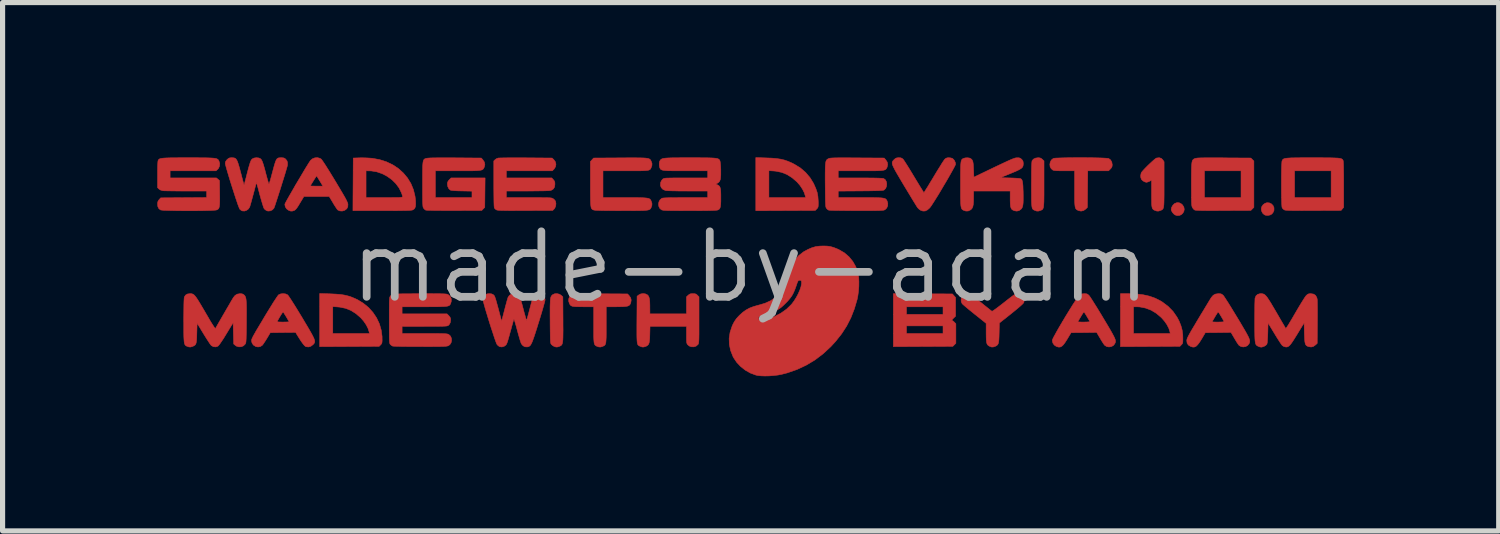
<source format=kicad_pcb>
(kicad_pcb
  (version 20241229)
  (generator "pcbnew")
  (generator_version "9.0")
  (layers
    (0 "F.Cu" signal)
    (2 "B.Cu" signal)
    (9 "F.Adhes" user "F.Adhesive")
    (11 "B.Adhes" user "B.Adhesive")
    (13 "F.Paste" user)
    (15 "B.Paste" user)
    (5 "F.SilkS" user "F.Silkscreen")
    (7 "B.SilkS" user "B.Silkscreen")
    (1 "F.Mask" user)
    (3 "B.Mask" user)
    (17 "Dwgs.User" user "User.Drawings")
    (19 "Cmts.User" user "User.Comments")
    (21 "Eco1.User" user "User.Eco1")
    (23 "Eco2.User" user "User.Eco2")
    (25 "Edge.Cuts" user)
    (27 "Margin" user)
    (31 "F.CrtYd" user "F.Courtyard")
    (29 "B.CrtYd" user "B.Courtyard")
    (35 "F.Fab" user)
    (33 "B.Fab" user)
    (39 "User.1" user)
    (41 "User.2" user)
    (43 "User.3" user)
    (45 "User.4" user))
  (footprint "made-by-adam"
    (layer "F.Cu")
    (at 11.498 2.125)
    (property "Reference" "made-by-adam" (at 0 0 0) (layer "F.Fab") (effects (font (size 1.27 1.27) (thickness 0.15))))
    (attr through_hole)
    (fp_poly (pts (xy 8.317 -1.243) (xy 8.36 -1.22) (xy 8.379 -1.202) (xy 8.405 -1.161) (xy 8.413 -1.118) (xy 8.406 -1.077) (xy 8.385 -1.041) (xy 8.355 -1.013) (xy 8.316 -0.997) (xy 8.273 -0.996) (xy 8.234 -1.008) (xy 8.209 -1.028) (xy 8.184 -1.057) (xy 8.166 -1.089) (xy 8.16 -1.113) (xy 8.168 -1.154) (xy 8.191 -1.194) (xy 8.221 -1.225) (xy 8.225 -1.228) (xy 8.271 -1.246) (xy 8.317 -1.243)) (stroke (width 0.01) (type solid)) (fill yes) (layer "F.Cu"))
    (fp_poly (pts (xy 10.064 -1.241) (xy 10.105 -1.221) (xy 10.136 -1.188) (xy 10.153 -1.147) (xy 10.153 -1.101) (xy 10.151 -1.09) (xy 10.136 -1.057) (xy 10.114 -1.029) (xy 10.113 -1.027) (xy 10.078 -1.007) (xy 10.034 -0.998) (xy 9.99 -1.002) (xy 9.967 -1.011) (xy 9.934 -1.041) (xy 9.912 -1.084) (xy 9.906 -1.127) (xy 9.916 -1.168) (xy 9.942 -1.205) (xy 9.978 -1.232) (xy 10.017 -1.245) (xy 10.064 -1.241)) (stroke (width 0.01) (type solid)) (fill yes) (layer "F.Cu"))
    (fp_poly (pts (xy 3.345 0.521) (xy 3.918 0.524) (xy 3.948 0.558) (xy 3.979 0.593) (xy 3.979 0.956) (xy 3.937 0.996) (xy 3.916 1.018) (xy 3.906 1.033) (xy 3.908 1.037) (xy 3.924 1.044) (xy 3.946 1.062) (xy 3.954 1.07) (xy 3.985 1.102) (xy 3.985 1.481) (xy 3.955 1.511) (xy 3.926 1.54) (xy 2.773 1.546) (xy 2.773 1.143) (xy 3.027 1.143) (xy 3.027 1.291) (xy 3.736 1.291) (xy 3.736 1.143) (xy 3.027 1.143) (xy 2.773 1.143) (xy 2.773 0.773) (xy 3.027 0.773) (xy 3.027 0.921) (xy 3.736 0.921) (xy 3.736 0.773) (xy 3.027 0.773) (xy 2.773 0.773) (xy 2.773 0.518) (xy 3.345 0.521)) (stroke (width 0.01) (type solid)) (fill yes) (layer "F.Cu"))
    (fp_poly (pts (xy 7.332 0.519) (xy 7.482 0.524) (xy 7.616 0.54) (xy 7.737 0.567) (xy 7.848 0.606) (xy 7.951 0.658) (xy 7.99 0.682) (xy 8.101 0.766) (xy 8.195 0.862) (xy 8.271 0.971) (xy 8.313 1.049) (xy 8.349 1.14) (xy 8.372 1.224) (xy 8.384 1.313) (xy 8.386 1.373) (xy 8.386 1.422) (xy 8.385 1.455) (xy 8.382 1.476) (xy 8.374 1.492) (xy 8.363 1.505) (xy 8.358 1.51) (xy 8.329 1.54) (xy 7.176 1.546) (xy 7.176 1.291) (xy 7.429 1.291) (xy 8.141 1.291) (xy 8.135 1.257) (xy 8.114 1.191) (xy 8.077 1.119) (xy 8.027 1.048) (xy 7.966 0.979) (xy 7.965 0.979) (xy 7.872 0.9) (xy 7.771 0.839) (xy 7.663 0.798) (xy 7.552 0.776) (xy 7.49 0.773) (xy 7.429 0.773) (xy 7.429 1.291) (xy 7.176 1.291) (xy 7.176 0.519) (xy 7.332 0.519)) (stroke (width 0.01) (type solid)) (fill yes) (layer "F.Cu"))
    (fp_poly (pts (xy -8.147 0.522) (xy -8.04 0.527) (xy -7.949 0.534) (xy -7.871 0.546) (xy -7.8 0.563) (xy -7.732 0.585) (xy -7.663 0.614) (xy -7.613 0.638) (xy -7.502 0.706) (xy -7.402 0.788) (xy -7.317 0.883) (xy -7.246 0.989) (xy -7.192 1.104) (xy -7.157 1.224) (xy -7.14 1.349) (xy -7.14 1.378) (xy -7.139 1.426) (xy -7.141 1.458) (xy -7.145 1.479) (xy -7.153 1.494) (xy -7.165 1.508) (xy -7.168 1.51) (xy -7.197 1.54) (xy -8.35 1.546) (xy -8.35 1.291) (xy -8.096 1.291) (xy -7.385 1.291) (xy -7.392 1.257) (xy -7.413 1.191) (xy -7.449 1.121) (xy -7.498 1.05) (xy -7.555 0.985) (xy -7.556 0.984) (xy -7.649 0.904) (xy -7.745 0.844) (xy -7.847 0.803) (xy -7.957 0.78) (xy -8.002 0.776) (xy -8.096 0.769) (xy -8.096 1.291) (xy -8.35 1.291) (xy -8.35 0.516) (xy -8.147 0.522)) (stroke (width 0.01) (type solid)) (fill yes) (layer "F.Cu"))
    (fp_poly (pts (xy 0.31 -2.113) (xy 0.417 -2.109) (xy 0.509 -2.101) (xy 0.588 -2.089) (xy 0.66 -2.072) (xy 0.729 -2.048) (xy 0.799 -2.018) (xy 0.856 -1.989) (xy 0.971 -1.918) (xy 1.071 -1.832) (xy 1.157 -1.731) (xy 1.227 -1.617) (xy 1.233 -1.603) (xy 1.27 -1.519) (xy 1.296 -1.443) (xy 1.31 -1.367) (xy 1.316 -1.284) (xy 1.317 -1.262) (xy 1.317 -1.213) (xy 1.316 -1.18) (xy 1.312 -1.159) (xy 1.305 -1.144) (xy 1.293 -1.13) (xy 1.288 -1.125) (xy 1.259 -1.095) (xy 0.106 -1.09) (xy 0.106 -1.344) (xy 0.36 -1.344) (xy 1.072 -1.344) (xy 1.065 -1.378) (xy 1.045 -1.441) (xy 1.01 -1.51) (xy 0.964 -1.579) (xy 0.909 -1.643) (xy 0.901 -1.651) (xy 0.807 -1.731) (xy 0.71 -1.792) (xy 0.607 -1.833) (xy 0.497 -1.856) (xy 0.454 -1.86) (xy 0.36 -1.866) (xy 0.36 -1.344) (xy 0.106 -1.344) (xy 0.106 -2.12) (xy 0.31 -2.113)) (stroke (width 0.01) (type solid)) (fill yes) (layer "F.Cu"))
    (fp_poly (pts (xy 5.618 -2.113) (xy 5.647 -2.098) (xy 5.661 -2.086) (xy 5.694 -2.055) (xy 5.694 -1.607) (xy 5.694 -1.493) (xy 5.694 -1.399) (xy 5.693 -1.322) (xy 5.692 -1.26) (xy 5.689 -1.212) (xy 5.686 -1.176) (xy 5.681 -1.149) (xy 5.674 -1.13) (xy 5.666 -1.117) (xy 5.655 -1.108) (xy 5.641 -1.101) (xy 5.625 -1.095) (xy 5.624 -1.094) (xy 5.585 -1.082) (xy 5.552 -1.083) (xy 5.518 -1.095) (xy 5.502 -1.102) (xy 5.489 -1.109) (xy 5.478 -1.118) (xy 5.469 -1.131) (xy 5.463 -1.151) (xy 5.458 -1.178) (xy 5.455 -1.215) (xy 5.452 -1.264) (xy 5.451 -1.326) (xy 5.451 -1.404) (xy 5.45 -1.5) (xy 5.45 -1.595) (xy 5.451 -1.714) (xy 5.451 -1.814) (xy 5.452 -1.895) (xy 5.454 -1.958) (xy 5.456 -2.005) (xy 5.459 -2.037) (xy 5.462 -2.056) (xy 5.463 -2.059) (xy 5.489 -2.09) (xy 5.53 -2.11) (xy 5.581 -2.117) (xy 5.618 -2.113)) (stroke (width 0.01) (type solid)) (fill yes) (layer "F.Cu"))
    (fp_poly (pts (xy -3.702 0.529) (xy -3.67 0.549) (xy -3.635 0.58) (xy -3.632 1.015) (xy -3.632 1.129) (xy -3.631 1.225) (xy -3.632 1.303) (xy -3.633 1.366) (xy -3.635 1.415) (xy -3.639 1.452) (xy -3.644 1.48) (xy -3.651 1.5) (xy -3.66 1.514) (xy -3.672 1.525) (xy -3.686 1.533) (xy -3.697 1.538) (xy -3.735 1.552) (xy -3.769 1.553) (xy -3.805 1.541) (xy -3.835 1.523) (xy -3.858 1.503) (xy -3.863 1.496) (xy -3.867 1.488) (xy -3.871 1.475) (xy -3.874 1.457) (xy -3.876 1.431) (xy -3.878 1.394) (xy -3.879 1.346) (xy -3.88 1.283) (xy -3.881 1.205) (xy -3.882 1.108) (xy -3.882 1.06) (xy -3.883 0.946) (xy -3.883 0.852) (xy -3.883 0.774) (xy -3.881 0.712) (xy -3.879 0.663) (xy -3.876 0.626) (xy -3.871 0.598) (xy -3.864 0.577) (xy -3.856 0.562) (xy -3.846 0.55) (xy -3.835 0.54) (xy -3.795 0.521) (xy -3.748 0.518) (xy -3.702 0.529)) (stroke (width 0.01) (type solid)) (fill yes) (layer "F.Cu"))
    (fp_poly (pts (xy 7.969 -2.104) (xy 7.998 -2.075) (xy 8.022 -2.039) (xy 8.022 -1.599) (xy 8.022 -1.486) (xy 8.022 -1.393) (xy 8.021 -1.317) (xy 8.02 -1.256) (xy 8.018 -1.209) (xy 8.014 -1.174) (xy 8.009 -1.148) (xy 8.002 -1.129) (xy 7.993 -1.117) (xy 7.982 -1.108) (xy 7.968 -1.101) (xy 7.952 -1.094) (xy 7.914 -1.082) (xy 7.881 -1.083) (xy 7.846 -1.095) (xy 7.826 -1.104) (xy 7.811 -1.114) (xy 7.799 -1.128) (xy 7.791 -1.148) (xy 7.785 -1.176) (xy 7.781 -1.216) (xy 7.78 -1.269) (xy 7.779 -1.339) (xy 7.779 -1.419) (xy 7.779 -1.68) (xy 7.739 -1.66) (xy 7.71 -1.648) (xy 7.685 -1.641) (xy 7.681 -1.64) (xy 7.649 -1.648) (xy 7.614 -1.667) (xy 7.587 -1.692) (xy 7.584 -1.696) (xy 7.571 -1.729) (xy 7.568 -1.771) (xy 7.576 -1.813) (xy 7.582 -1.829) (xy 7.597 -1.849) (xy 7.623 -1.879) (xy 7.658 -1.916) (xy 7.698 -1.957) (xy 7.741 -1.998) (xy 7.783 -2.037) (xy 7.821 -2.071) (xy 7.851 -2.096) (xy 7.872 -2.11) (xy 7.875 -2.111) (xy 7.928 -2.117) (xy 7.969 -2.104)) (stroke (width 0.01) (type solid)) (fill yes) (layer "F.Cu"))
    (fp_poly (pts (xy -7.434 -2.113) (xy -7.369 -2.109) (xy -7.33 -2.106) (xy -7.188 -2.08) (xy -7.056 -2.038) (xy -6.934 -1.98) (xy -6.825 -1.908) (xy -6.729 -1.822) (xy -6.647 -1.724) (xy -6.581 -1.616) (xy -6.532 -1.497) (xy -6.501 -1.37) (xy -6.491 -1.284) (xy -6.489 -1.219) (xy -6.493 -1.172) (xy -6.505 -1.139) (xy -6.525 -1.117) (xy -6.547 -1.105) (xy -6.559 -1.101) (xy -6.578 -1.099) (xy -6.605 -1.096) (xy -6.643 -1.094) (xy -6.692 -1.093) (xy -6.755 -1.092) (xy -6.833 -1.091) (xy -6.928 -1.09) (xy -7.042 -1.09) (xy -7.144 -1.09) (xy -7.705 -1.09) (xy -7.704 -1.344) (xy -7.451 -1.344) (xy -7.096 -1.344) (xy -6.999 -1.344) (xy -6.921 -1.345) (xy -6.86 -1.345) (xy -6.814 -1.346) (xy -6.781 -1.348) (xy -6.76 -1.351) (xy -6.747 -1.354) (xy -6.742 -1.357) (xy -6.742 -1.36) (xy -6.745 -1.377) (xy -6.754 -1.407) (xy -6.764 -1.436) (xy -6.81 -1.53) (xy -6.873 -1.615) (xy -6.95 -1.691) (xy -7.04 -1.756) (xy -7.137 -1.807) (xy -7.241 -1.843) (xy -7.347 -1.861) (xy -7.39 -1.862) (xy -7.451 -1.863) (xy -7.451 -1.344) (xy -7.704 -1.344) (xy -7.702 -1.601) (xy -7.699 -2.111) (xy -7.567 -2.115) (xy -7.503 -2.115) (xy -7.434 -2.113)) (stroke (width 0.01) (type solid)) (fill yes) (layer "F.Cu"))
    (fp_poly (pts (xy 6.485 -2.118) (xy 6.577 -2.117) (xy 6.664 -2.116) (xy 6.745 -2.114) (xy 6.815 -2.112) (xy 6.874 -2.109) (xy 6.917 -2.106) (xy 6.943 -2.103) (xy 6.948 -2.102) (xy 6.984 -2.075) (xy 7.008 -2.034) (xy 7.017 -1.981) (xy 7.017 -1.979) (xy 7.013 -1.946) (xy 7 -1.92) (xy 6.981 -1.899) (xy 6.945 -1.863) (xy 6.743 -1.863) (xy 6.542 -1.863) (xy 6.538 -1.508) (xy 6.535 -1.154) (xy 6.502 -1.121) (xy 6.46 -1.092) (xy 6.412 -1.082) (xy 6.362 -1.092) (xy 6.352 -1.097) (xy 6.335 -1.106) (xy 6.321 -1.116) (xy 6.31 -1.129) (xy 6.302 -1.147) (xy 6.296 -1.173) (xy 6.292 -1.208) (xy 6.289 -1.255) (xy 6.287 -1.316) (xy 6.287 -1.393) (xy 6.287 -1.488) (xy 6.287 -1.518) (xy 6.287 -1.863) (xy 6.09 -1.863) (xy 6.014 -1.863) (xy 5.956 -1.865) (xy 5.914 -1.867) (xy 5.885 -1.871) (xy 5.867 -1.877) (xy 5.865 -1.878) (xy 5.832 -1.906) (xy 5.812 -1.944) (xy 5.807 -1.988) (xy 5.815 -2.032) (xy 5.836 -2.072) (xy 5.871 -2.101) (xy 5.875 -2.103) (xy 5.892 -2.107) (xy 5.928 -2.11) (xy 5.98 -2.112) (xy 6.046 -2.114) (xy 6.122 -2.116) (xy 6.207 -2.117) (xy 6.297 -2.118) (xy 6.391 -2.118) (xy 6.485 -2.118)) (stroke (width 0.01) (type solid)) (fill yes) (layer "F.Cu"))
    (fp_poly (pts (xy 9.044 -2.115) (xy 9.163 -2.115) (xy 9.181 -2.114) (xy 9.704 -2.111) (xy 9.734 -2.082) (xy 9.763 -2.053) (xy 9.763 -1.154) (xy 9.734 -1.125) (xy 9.704 -1.095) (xy 9.173 -1.093) (xy 9.046 -1.092) (xy 8.939 -1.092) (xy 8.85 -1.092) (xy 8.778 -1.093) (xy 8.72 -1.094) (xy 8.677 -1.096) (xy 8.646 -1.098) (xy 8.626 -1.1) (xy 8.615 -1.103) (xy 8.615 -1.103) (xy 8.592 -1.122) (xy 8.572 -1.149) (xy 8.57 -1.154) (xy 8.565 -1.165) (xy 8.561 -1.179) (xy 8.558 -1.198) (xy 8.556 -1.224) (xy 8.554 -1.259) (xy 8.553 -1.306) (xy 8.552 -1.366) (xy 8.552 -1.442) (xy 8.551 -1.535) (xy 8.551 -1.601) (xy 8.551 -1.713) (xy 8.552 -1.806) (xy 8.553 -1.863) (xy 8.805 -1.863) (xy 8.805 -1.344) (xy 9.514 -1.344) (xy 9.514 -1.863) (xy 8.805 -1.863) (xy 8.553 -1.863) (xy 8.553 -1.882) (xy 8.555 -1.942) (xy 8.558 -1.989) (xy 8.562 -2.025) (xy 8.568 -2.051) (xy 8.576 -2.07) (xy 8.587 -2.082) (xy 8.599 -2.092) (xy 8.615 -2.099) (xy 8.62 -2.102) (xy 8.632 -2.105) (xy 8.648 -2.108) (xy 8.67 -2.111) (xy 8.701 -2.113) (xy 8.742 -2.114) (xy 8.795 -2.115) (xy 8.862 -2.115) (xy 8.944 -2.115) (xy 9.044 -2.115)) (stroke (width 0.01) (type solid)) (fill yes) (layer "F.Cu"))
    (fp_poly (pts (xy -2.914 0.521) (xy -2.891 0.521) (xy -2.38 0.524) (xy -2.349 0.558) (xy -2.32 0.6) (xy -2.31 0.642) (xy -2.317 0.689) (xy -2.317 0.689) (xy -2.326 0.716) (xy -2.339 0.736) (xy -2.357 0.751) (xy -2.384 0.761) (xy -2.423 0.767) (xy -2.475 0.771) (xy -2.544 0.772) (xy -2.596 0.773) (xy -2.794 0.773) (xy -2.794 1.125) (xy -2.794 1.225) (xy -2.794 1.307) (xy -2.795 1.372) (xy -2.798 1.422) (xy -2.801 1.46) (xy -2.807 1.487) (xy -2.814 1.506) (xy -2.824 1.519) (xy -2.837 1.529) (xy -2.853 1.536) (xy -2.864 1.541) (xy -2.902 1.553) (xy -2.936 1.552) (xy -2.97 1.541) (xy -2.987 1.533) (xy -3.002 1.524) (xy -3.013 1.513) (xy -3.021 1.498) (xy -3.028 1.475) (xy -3.032 1.443) (xy -3.035 1.4) (xy -3.037 1.343) (xy -3.037 1.271) (xy -3.037 1.181) (xy -3.037 1.125) (xy -3.037 0.773) (xy -3.241 0.773) (xy -3.318 0.772) (xy -3.376 0.771) (xy -3.42 0.768) (xy -3.45 0.763) (xy -3.472 0.754) (xy -3.488 0.742) (xy -3.5 0.725) (xy -3.508 0.709) (xy -3.523 0.662) (xy -3.52 0.615) (xy -3.502 0.574) (xy -3.471 0.542) (xy -3.443 0.529) (xy -3.423 0.526) (xy -3.385 0.524) (xy -3.329 0.522) (xy -3.255 0.521) (xy -3.162 0.52) (xy -3.048 0.52) (xy -2.914 0.521)) (stroke (width 0.01) (type solid)) (fill yes) (layer "F.Cu"))
    (fp_poly (pts (xy 11.024 -2.117) (xy 11.129 -2.116) (xy 11.215 -2.116) (xy 11.286 -2.114) (xy 11.343 -2.112) (xy 11.387 -2.11) (xy 11.421 -2.106) (xy 11.446 -2.101) (xy 11.464 -2.095) (xy 11.476 -2.087) (xy 11.485 -2.078) (xy 11.492 -2.067) (xy 11.493 -2.065) (xy 11.496 -2.048) (xy 11.499 -2.011) (xy 11.501 -1.953) (xy 11.502 -1.875) (xy 11.504 -1.775) (xy 11.504 -1.655) (xy 11.504 -1.599) (xy 11.504 -1.155) (xy 11.479 -1.125) (xy 11.453 -1.095) (xy 10.92 -1.093) (xy 10.795 -1.093) (xy 10.689 -1.092) (xy 10.601 -1.093) (xy 10.529 -1.093) (xy 10.472 -1.094) (xy 10.428 -1.096) (xy 10.396 -1.098) (xy 10.373 -1.1) (xy 10.359 -1.103) (xy 10.356 -1.105) (xy 10.329 -1.123) (xy 10.311 -1.147) (xy 10.307 -1.165) (xy 10.304 -1.201) (xy 10.302 -1.253) (xy 10.3 -1.318) (xy 10.298 -1.392) (xy 10.297 -1.473) (xy 10.297 -1.559) (xy 10.297 -1.646) (xy 10.297 -1.731) (xy 10.298 -1.813) (xy 10.299 -1.863) (xy 10.552 -1.863) (xy 10.552 -1.344) (xy 11.261 -1.344) (xy 11.261 -1.863) (xy 10.552 -1.863) (xy 10.299 -1.863) (xy 10.299 -1.887) (xy 10.301 -1.952) (xy 10.304 -2.003) (xy 10.306 -2.04) (xy 10.31 -2.057) (xy 10.31 -2.057) (xy 10.316 -2.07) (xy 10.323 -2.081) (xy 10.334 -2.09) (xy 10.349 -2.098) (xy 10.37 -2.104) (xy 10.4 -2.108) (xy 10.439 -2.111) (xy 10.49 -2.114) (xy 10.554 -2.115) (xy 10.634 -2.116) (xy 10.73 -2.117) (xy 10.845 -2.117) (xy 10.9 -2.117) (xy 11.024 -2.117)) (stroke (width 0.01) (type solid)) (fill yes) (layer "F.Cu"))
    (fp_poly (pts (xy -2.034 0.523) (xy -1.997 0.541) (xy -1.995 0.542) (xy -1.977 0.562) (xy -1.964 0.59) (xy -1.955 0.627) (xy -1.95 0.678) (xy -1.948 0.746) (xy -1.948 0.781) (xy -1.947 0.91) (xy -1.238 0.91) (xy -1.238 0.58) (xy -1.205 0.549) (xy -1.182 0.531) (xy -1.158 0.521) (xy -1.123 0.519) (xy -1.115 0.519) (xy -1.078 0.52) (xy -1.053 0.527) (xy -1.032 0.543) (xy -1.026 0.55) (xy -0.995 0.58) (xy -0.995 1.03) (xy -0.995 1.139) (xy -0.995 1.229) (xy -0.995 1.302) (xy -0.996 1.36) (xy -0.997 1.404) (xy -0.999 1.438) (xy -1.001 1.462) (xy -1.004 1.479) (xy -1.007 1.491) (xy -1.011 1.499) (xy -1.017 1.506) (xy -1.052 1.536) (xy -1.096 1.55) (xy -1.143 1.549) (xy -1.186 1.533) (xy -1.217 1.506) (xy -1.225 1.494) (xy -1.231 1.479) (xy -1.235 1.458) (xy -1.237 1.426) (xy -1.238 1.381) (xy -1.238 1.319) (xy -1.238 1.154) (xy -1.945 1.154) (xy -1.949 1.31) (xy -1.951 1.382) (xy -1.956 1.435) (xy -1.963 1.474) (xy -1.974 1.501) (xy -1.991 1.52) (xy -2.014 1.535) (xy -2.027 1.541) (xy -2.066 1.553) (xy -2.099 1.553) (xy -2.134 1.54) (xy -2.15 1.533) (xy -2.163 1.526) (xy -2.174 1.517) (xy -2.183 1.504) (xy -2.189 1.485) (xy -2.194 1.458) (xy -2.197 1.422) (xy -2.199 1.374) (xy -2.2 1.312) (xy -2.2 1.235) (xy -2.2 1.141) (xy -2.199 1.028) (xy -2.199 1.022) (xy -2.196 0.569) (xy -2.164 0.544) (xy -2.126 0.524) (xy -2.079 0.517) (xy -2.034 0.523)) (stroke (width 0.01) (type solid)) (fill yes) (layer "F.Cu"))
    (fp_poly (pts (xy 5.229 0.528) (xy 5.268 0.553) (xy 5.296 0.589) (xy 5.309 0.632) (xy 5.306 0.678) (xy 5.302 0.69) (xy 5.29 0.707) (xy 5.265 0.732) (xy 5.225 0.768) (xy 5.171 0.814) (xy 5.1 0.872) (xy 5.058 0.906) (xy 4.828 1.088) (xy 4.824 1.278) (xy 4.822 1.354) (xy 4.819 1.413) (xy 4.814 1.456) (xy 4.806 1.488) (xy 4.794 1.509) (xy 4.777 1.525) (xy 4.754 1.537) (xy 4.746 1.541) (xy 4.708 1.553) (xy 4.676 1.553) (xy 4.639 1.539) (xy 4.638 1.538) (xy 4.616 1.526) (xy 4.599 1.51) (xy 4.588 1.49) (xy 4.58 1.46) (xy 4.575 1.419) (xy 4.573 1.363) (xy 4.572 1.29) (xy 4.572 1.278) (xy 4.572 1.094) (xy 4.35 0.917) (xy 4.29 0.868) (xy 4.234 0.823) (xy 4.185 0.782) (xy 4.146 0.749) (xy 4.119 0.725) (xy 4.106 0.712) (xy 4.089 0.674) (xy 4.087 0.63) (xy 4.1 0.586) (xy 4.125 0.548) (xy 4.14 0.535) (xy 4.172 0.523) (xy 4.212 0.519) (xy 4.251 0.524) (xy 4.267 0.53) (xy 4.281 0.54) (xy 4.309 0.561) (xy 4.348 0.591) (xy 4.396 0.629) (xy 4.449 0.672) (xy 4.48 0.697) (xy 4.535 0.742) (xy 4.585 0.782) (xy 4.628 0.816) (xy 4.66 0.842) (xy 4.68 0.857) (xy 4.684 0.86) (xy 4.696 0.856) (xy 4.721 0.84) (xy 4.759 0.813) (xy 4.806 0.778) (xy 4.861 0.736) (xy 4.916 0.693) (xy 4.983 0.64) (xy 5.035 0.6) (xy 5.076 0.569) (xy 5.106 0.547) (xy 5.129 0.533) (xy 5.147 0.524) (xy 5.162 0.52) (xy 5.176 0.519) (xy 5.182 0.519) (xy 5.229 0.528)) (stroke (width 0.01) (type solid)) (fill yes) (layer "F.Cu"))
    (fp_poly (pts (xy -5.868 -2.115) (xy -5.73 -2.115) (xy -5.727 -2.115) (xy -5.216 -2.111) (xy -5.186 -2.077) (xy -5.156 -2.031) (xy -5.147 -1.983) (xy -5.159 -1.934) (xy -5.16 -1.932) (xy -5.168 -1.916) (xy -5.176 -1.902) (xy -5.187 -1.891) (xy -5.202 -1.882) (xy -5.222 -1.876) (xy -5.252 -1.871) (xy -5.291 -1.867) (xy -5.342 -1.865) (xy -5.407 -1.863) (xy -5.487 -1.863) (xy -5.586 -1.863) (xy -5.672 -1.863) (xy -6.107 -1.863) (xy -6.107 -1.344) (xy -5.397 -1.344) (xy -5.397 -1.469) (xy -5.596 -1.473) (xy -5.681 -1.475) (xy -5.746 -1.479) (xy -5.79 -1.483) (xy -5.815 -1.489) (xy -5.818 -1.49) (xy -5.847 -1.518) (xy -5.867 -1.56) (xy -5.874 -1.609) (xy -5.87 -1.641) (xy -5.857 -1.667) (xy -5.838 -1.689) (xy -5.802 -1.725) (xy -5.143 -1.725) (xy -5.146 -1.44) (xy -5.149 -1.154) (xy -5.178 -1.125) (xy -5.207 -1.095) (xy -5.739 -1.093) (xy -5.845 -1.093) (xy -5.945 -1.093) (xy -6.036 -1.094) (xy -6.117 -1.094) (xy -6.185 -1.096) (xy -6.238 -1.097) (xy -6.275 -1.099) (xy -6.293 -1.1) (xy -6.294 -1.101) (xy -6.316 -1.116) (xy -6.336 -1.139) (xy -6.341 -1.148) (xy -6.345 -1.159) (xy -6.348 -1.174) (xy -6.35 -1.197) (xy -6.352 -1.227) (xy -6.354 -1.269) (xy -6.354 -1.323) (xy -6.355 -1.392) (xy -6.355 -1.477) (xy -6.355 -1.581) (xy -6.355 -1.603) (xy -6.355 -1.717) (xy -6.355 -1.811) (xy -6.354 -1.887) (xy -6.353 -1.948) (xy -6.35 -1.996) (xy -6.346 -2.031) (xy -6.34 -2.057) (xy -6.332 -2.076) (xy -6.322 -2.088) (xy -6.31 -2.096) (xy -6.295 -2.102) (xy -6.279 -2.106) (xy -6.258 -2.109) (xy -6.219 -2.112) (xy -6.161 -2.114) (xy -6.083 -2.115) (xy -5.986 -2.115) (xy -5.868 -2.115)) (stroke (width 0.01) (type solid)) (fill yes) (layer "F.Cu"))
    (fp_poly (pts (xy -2.208 -2.115) (xy -2.137 -2.114) (xy -2.08 -2.113) (xy -2.035 -2.11) (xy -2.001 -2.106) (xy -1.976 -2.101) (xy -1.957 -2.093) (xy -1.944 -2.084) (xy -1.935 -2.073) (xy -1.928 -2.06) (xy -1.922 -2.048) (xy -1.907 -2.006) (xy -1.908 -1.967) (xy -1.92 -1.933) (xy -1.927 -1.916) (xy -1.934 -1.902) (xy -1.943 -1.891) (xy -1.956 -1.882) (xy -1.975 -1.875) (xy -2.002 -1.87) (xy -2.038 -1.867) (xy -2.087 -1.865) (xy -2.148 -1.863) (xy -2.226 -1.863) (xy -2.321 -1.863) (xy -2.857 -1.863) (xy -2.857 -1.344) (xy -2.434 -1.344) (xy -2.321 -1.344) (xy -2.227 -1.344) (xy -2.15 -1.343) (xy -2.089 -1.341) (xy -2.041 -1.338) (xy -2.004 -1.334) (xy -1.977 -1.329) (xy -1.958 -1.321) (xy -1.944 -1.312) (xy -1.935 -1.3) (xy -1.926 -1.285) (xy -1.923 -1.278) (xy -1.908 -1.235) (xy -1.908 -1.197) (xy -1.92 -1.159) (xy -1.927 -1.144) (xy -1.934 -1.131) (xy -1.943 -1.121) (xy -1.956 -1.112) (xy -1.975 -1.105) (xy -2.001 -1.1) (xy -2.037 -1.096) (xy -2.084 -1.093) (xy -2.144 -1.092) (xy -2.218 -1.091) (xy -2.309 -1.09) (xy -2.418 -1.09) (xy -2.505 -1.09) (xy -2.629 -1.091) (xy -2.732 -1.091) (xy -2.818 -1.092) (xy -2.888 -1.093) (xy -2.942 -1.095) (xy -2.984 -1.097) (xy -3.013 -1.099) (xy -3.033 -1.102) (xy -3.043 -1.105) (xy -3.057 -1.111) (xy -3.068 -1.119) (xy -3.077 -1.13) (xy -3.085 -1.145) (xy -3.09 -1.168) (xy -3.094 -1.199) (xy -3.097 -1.242) (xy -3.099 -1.297) (xy -3.1 -1.366) (xy -3.101 -1.452) (xy -3.101 -1.556) (xy -3.101 -1.609) (xy -3.101 -2.042) (xy -3.07 -2.077) (xy -3.039 -2.111) (xy -2.525 -2.114) (xy -2.4 -2.115) (xy -2.296 -2.115) (xy -2.208 -2.115)) (stroke (width 0.01) (type solid)) (fill yes) (layer "F.Cu"))
    (fp_poly (pts (xy -4.446 -2.115) (xy -4.348 -2.115) (xy -3.843 -2.111) (xy -3.811 -2.08) (xy -3.78 -2.038) (xy -3.769 -1.991) (xy -3.777 -1.943) (xy -3.804 -1.899) (xy -3.81 -1.893) (xy -3.84 -1.863) (xy -4.285 -1.863) (xy -4.731 -1.863) (xy -4.731 -1.725) (xy -3.85 -1.725) (xy -3.82 -1.692) (xy -3.801 -1.668) (xy -3.791 -1.643) (xy -3.789 -1.608) (xy -3.789 -1.603) (xy -3.796 -1.55) (xy -3.818 -1.513) (xy -3.856 -1.488) (xy -3.879 -1.481) (xy -3.899 -1.479) (xy -3.937 -1.477) (xy -3.992 -1.475) (xy -4.06 -1.474) (xy -4.138 -1.473) (xy -4.224 -1.472) (xy -4.316 -1.471) (xy -4.326 -1.471) (xy -4.731 -1.471) (xy -4.731 -1.344) (xy -4.294 -1.344) (xy -4.186 -1.344) (xy -4.098 -1.344) (xy -4.026 -1.343) (xy -3.969 -1.343) (xy -3.926 -1.341) (xy -3.893 -1.34) (xy -3.869 -1.338) (xy -3.851 -1.335) (xy -3.839 -1.331) (xy -3.829 -1.326) (xy -3.823 -1.323) (xy -3.797 -1.301) (xy -3.778 -1.275) (xy -3.777 -1.273) (xy -3.769 -1.228) (xy -3.774 -1.181) (xy -3.791 -1.14) (xy -3.804 -1.123) (xy -3.832 -1.095) (xy -4.363 -1.093) (xy -4.485 -1.093) (xy -4.588 -1.092) (xy -4.673 -1.092) (xy -4.743 -1.093) (xy -4.798 -1.094) (xy -4.84 -1.095) (xy -4.872 -1.097) (xy -4.895 -1.099) (xy -4.911 -1.102) (xy -4.921 -1.105) (xy -4.924 -1.106) (xy -4.948 -1.124) (xy -4.963 -1.143) (xy -4.966 -1.159) (xy -4.969 -1.195) (xy -4.971 -1.252) (xy -4.972 -1.326) (xy -4.973 -1.419) (xy -4.974 -1.529) (xy -4.974 -1.608) (xy -4.974 -2.054) (xy -4.949 -2.079) (xy -4.92 -2.1) (xy -4.888 -2.111) (xy -4.87 -2.112) (xy -4.834 -2.113) (xy -4.781 -2.114) (xy -4.713 -2.115) (xy -4.633 -2.115) (xy -4.544 -2.115) (xy -4.446 -2.115)) (stroke (width 0.01) (type solid)) (fill yes) (layer "F.Cu"))
    (fp_poly (pts (xy 3.887 -2.113) (xy 3.918 -2.104) (xy 3.924 -2.1) (xy 3.954 -2.068) (xy 3.974 -2.026) (xy 3.979 -1.991) (xy 3.974 -1.976) (xy 3.959 -1.945) (xy 3.935 -1.9) (xy 3.904 -1.844) (xy 3.868 -1.78) (xy 3.827 -1.708) (xy 3.783 -1.633) (xy 3.737 -1.556) (xy 3.692 -1.479) (xy 3.647 -1.404) (xy 3.604 -1.335) (xy 3.565 -1.273) (xy 3.531 -1.22) (xy 3.504 -1.179) (xy 3.484 -1.152) (xy 3.478 -1.145) (xy 3.433 -1.105) (xy 3.39 -1.084) (xy 3.347 -1.083) (xy 3.304 -1.097) (xy 3.273 -1.118) (xy 3.245 -1.146) (xy 3.244 -1.147) (xy 3.233 -1.163) (xy 3.213 -1.195) (xy 3.185 -1.241) (xy 3.149 -1.299) (xy 3.108 -1.367) (xy 3.062 -1.443) (xy 3.013 -1.524) (xy 2.985 -1.57) (xy 2.925 -1.671) (xy 2.875 -1.756) (xy 2.834 -1.826) (xy 2.802 -1.883) (xy 2.779 -1.929) (xy 2.762 -1.965) (xy 2.753 -1.993) (xy 2.75 -2.016) (xy 2.753 -2.034) (xy 2.76 -2.05) (xy 2.772 -2.064) (xy 2.787 -2.08) (xy 2.788 -2.081) (xy 2.813 -2.103) (xy 2.836 -2.113) (xy 2.868 -2.117) (xy 2.878 -2.117) (xy 2.915 -2.115) (xy 2.939 -2.106) (xy 2.961 -2.089) (xy 2.962 -2.088) (xy 2.974 -2.072) (xy 2.995 -2.04) (xy 3.024 -1.995) (xy 3.06 -1.938) (xy 3.1 -1.873) (xy 3.143 -1.802) (xy 3.175 -1.749) (xy 3.219 -1.676) (xy 3.259 -1.61) (xy 3.295 -1.551) (xy 3.325 -1.503) (xy 3.347 -1.467) (xy 3.361 -1.445) (xy 3.365 -1.44) (xy 3.372 -1.449) (xy 3.388 -1.474) (xy 3.412 -1.513) (xy 3.444 -1.563) (xy 3.48 -1.624) (xy 3.522 -1.692) (xy 3.556 -1.749) (xy 3.601 -1.824) (xy 3.644 -1.894) (xy 3.683 -1.956) (xy 3.716 -2.01) (xy 3.743 -2.051) (xy 3.762 -2.078) (xy 3.769 -2.088) (xy 3.792 -2.106) (xy 3.818 -2.115) (xy 3.849 -2.117) (xy 3.887 -2.113)) (stroke (width 0.01) (type solid)) (fill yes) (layer "F.Cu"))
    (fp_poly (pts (xy -8.344 -2.105) (xy -8.319 -2.089) (xy -8.307 -2.074) (xy -8.285 -2.043) (xy -8.254 -1.997) (xy -8.217 -1.939) (xy -8.173 -1.869) (xy -8.125 -1.791) (xy -8.073 -1.706) (xy -8.047 -1.663) (xy -7.988 -1.564) (xy -7.939 -1.482) (xy -7.899 -1.414) (xy -7.867 -1.359) (xy -7.843 -1.315) (xy -7.826 -1.281) (xy -7.814 -1.254) (xy -7.806 -1.234) (xy -7.803 -1.219) (xy -7.802 -1.216) (xy -7.805 -1.166) (xy -7.824 -1.128) (xy -7.862 -1.099) (xy -7.871 -1.095) (xy -7.914 -1.083) (xy -7.959 -1.086) (xy -7.996 -1.102) (xy -8.001 -1.106) (xy -8.014 -1.121) (xy -8.034 -1.151) (xy -8.06 -1.19) (xy -8.088 -1.236) (xy -8.092 -1.244) (xy -8.165 -1.365) (xy -8.411 -1.365) (xy -8.656 -1.365) (xy -8.733 -1.237) (xy -8.766 -1.182) (xy -8.792 -1.143) (xy -8.813 -1.117) (xy -8.831 -1.102) (xy -8.844 -1.094) (xy -8.882 -1.082) (xy -8.914 -1.083) (xy -8.951 -1.097) (xy -8.953 -1.098) (xy -8.992 -1.127) (xy -9.016 -1.165) (xy -9.025 -1.207) (xy -9.023 -1.221) (xy -9.017 -1.235) (xy -9.001 -1.265) (xy -8.977 -1.309) (xy -8.946 -1.364) (xy -8.909 -1.428) (xy -8.868 -1.499) (xy -8.827 -1.571) (xy -8.53 -1.571) (xy -8.52 -1.569) (xy -8.493 -1.568) (xy -8.454 -1.567) (xy -8.409 -1.566) (xy -8.287 -1.566) (xy -8.346 -1.664) (xy -8.371 -1.704) (xy -8.391 -1.737) (xy -8.404 -1.759) (xy -8.408 -1.765) (xy -8.414 -1.758) (xy -8.429 -1.737) (xy -8.448 -1.707) (xy -8.47 -1.672) (xy -8.492 -1.636) (xy -8.512 -1.605) (xy -8.525 -1.581) (xy -8.53 -1.571) (xy -8.827 -1.571) (xy -8.825 -1.574) (xy -8.78 -1.651) (xy -8.734 -1.727) (xy -8.69 -1.802) (xy -8.649 -1.871) (xy -8.611 -1.934) (xy -8.578 -1.987) (xy -8.552 -2.028) (xy -8.534 -2.055) (xy -8.528 -2.064) (xy -8.489 -2.097) (xy -8.442 -2.115) (xy -8.391 -2.118) (xy -8.344 -2.105)) (stroke (width 0.01) (type solid)) (fill yes) (layer "F.Cu"))
    (fp_poly (pts (xy -10.772 -2.117) (xy -10.669 -2.116) (xy -10.583 -2.116) (xy -10.512 -2.114) (xy -10.456 -2.112) (xy -10.412 -2.109) (xy -10.379 -2.105) (xy -10.354 -2.1) (xy -10.336 -2.092) (xy -10.323 -2.084) (xy -10.314 -2.073) (xy -10.306 -2.06) (xy -10.302 -2.052) (xy -10.288 -2.005) (xy -10.292 -1.956) (xy -10.311 -1.912) (xy -10.328 -1.892) (xy -10.361 -1.863) (xy -11.25 -1.863) (xy -11.25 -1.725) (xy -10.352 -1.725) (xy -10.322 -1.7) (xy -10.292 -1.674) (xy -10.289 -1.428) (xy -10.288 -1.34) (xy -10.288 -1.271) (xy -10.29 -1.218) (xy -10.294 -1.179) (xy -10.3 -1.151) (xy -10.309 -1.131) (xy -10.322 -1.118) (xy -10.338 -1.108) (xy -10.347 -1.105) (xy -10.366 -1.101) (xy -10.404 -1.098) (xy -10.458 -1.095) (xy -10.525 -1.093) (xy -10.603 -1.091) (xy -10.689 -1.09) (xy -10.78 -1.089) (xy -10.875 -1.089) (xy -10.97 -1.089) (xy -11.063 -1.09) (xy -11.151 -1.091) (xy -11.232 -1.093) (xy -11.303 -1.095) (xy -11.362 -1.097) (xy -11.405 -1.1) (xy -11.431 -1.104) (xy -11.436 -1.105) (xy -11.468 -1.13) (xy -11.488 -1.17) (xy -11.493 -1.223) (xy -11.489 -1.261) (xy -11.474 -1.291) (xy -11.463 -1.304) (xy -11.432 -1.339) (xy -10.986 -1.342) (xy -10.541 -1.345) (xy -10.541 -1.408) (xy -10.541 -1.471) (xy -10.942 -1.471) (xy -11.034 -1.471) (xy -11.121 -1.472) (xy -11.201 -1.473) (xy -11.271 -1.474) (xy -11.327 -1.475) (xy -11.368 -1.476) (xy -11.391 -1.478) (xy -11.391 -1.478) (xy -11.44 -1.492) (xy -11.467 -1.511) (xy -11.493 -1.537) (xy -11.493 -1.791) (xy -11.493 -1.881) (xy -11.492 -1.955) (xy -11.489 -2.011) (xy -11.486 -2.048) (xy -11.482 -2.065) (xy -11.475 -2.077) (xy -11.467 -2.086) (xy -11.455 -2.094) (xy -11.438 -2.1) (xy -11.414 -2.105) (xy -11.381 -2.109) (xy -11.337 -2.112) (xy -11.282 -2.114) (xy -11.212 -2.116) (xy -11.127 -2.116) (xy -11.024 -2.117) (xy -10.902 -2.117) (xy -10.896 -2.117) (xy -10.772 -2.117)) (stroke (width 0.01) (type solid)) (fill yes) (layer "F.Cu"))
    (fp_poly (pts (xy -9.01 0.524) (xy -8.974 0.54) (xy -8.96 0.555) (xy -8.937 0.588) (xy -8.904 0.638) (xy -8.862 0.704) (xy -8.811 0.785) (xy -8.753 0.88) (xy -8.698 0.97) (xy -8.636 1.075) (xy -8.583 1.163) (xy -8.54 1.237) (xy -8.506 1.297) (xy -8.481 1.345) (xy -8.462 1.384) (xy -8.451 1.415) (xy -8.446 1.439) (xy -8.447 1.458) (xy -8.452 1.474) (xy -8.462 1.488) (xy -8.475 1.503) (xy -8.479 1.507) (xy -8.522 1.539) (xy -8.568 1.552) (xy -8.612 1.547) (xy -8.622 1.544) (xy -8.644 1.526) (xy -8.674 1.49) (xy -8.711 1.439) (xy -8.754 1.372) (xy -8.787 1.319) (xy -8.816 1.27) (xy -9.061 1.272) (xy -9.307 1.275) (xy -9.373 1.386) (xy -9.401 1.431) (xy -9.428 1.472) (xy -9.45 1.504) (xy -9.464 1.521) (xy -9.501 1.544) (xy -9.545 1.552) (xy -9.59 1.543) (xy -9.594 1.541) (xy -9.637 1.513) (xy -9.662 1.473) (xy -9.67 1.44) (xy -9.671 1.429) (xy -9.67 1.418) (xy -9.667 1.404) (xy -9.66 1.386) (xy -9.649 1.362) (xy -9.633 1.331) (xy -9.61 1.291) (xy -9.581 1.239) (xy -9.543 1.176) (xy -9.496 1.097) (xy -9.471 1.056) (xy -9.173 1.056) (xy -9.17 1.062) (xy -9.155 1.066) (xy -9.124 1.068) (xy -9.075 1.069) (xy -9.06 1.069) (xy -9.013 1.068) (xy -8.975 1.067) (xy -8.95 1.066) (xy -8.943 1.064) (xy -8.948 1.053) (xy -8.962 1.029) (xy -8.981 0.996) (xy -9.004 0.957) (xy -9.028 0.919) (xy -9.045 0.891) (xy -9.053 0.88) (xy -9.06 0.877) (xy -9.069 0.884) (xy -9.083 0.903) (xy -9.105 0.938) (xy -9.115 0.954) (xy -9.138 0.993) (xy -9.157 1.027) (xy -9.17 1.049) (xy -9.173 1.056) (xy -9.471 1.056) (xy -9.44 1.003) (xy -9.426 0.979) (xy -9.36 0.87) (xy -9.301 0.775) (xy -9.252 0.695) (xy -9.21 0.631) (xy -9.178 0.583) (xy -9.156 0.552) (xy -9.145 0.54) (xy -9.105 0.523) (xy -9.057 0.518) (xy -9.01 0.524)) (stroke (width 0.01) (type solid)) (fill yes) (layer "F.Cu"))
    (fp_poly (pts (xy 6.511 0.52) (xy 6.536 0.528) (xy 6.558 0.545) (xy 6.566 0.553) (xy 6.579 0.569) (xy 6.601 0.602) (xy 6.631 0.648) (xy 6.668 0.707) (xy 6.711 0.775) (xy 6.758 0.852) (xy 6.808 0.934) (xy 6.84 0.988) (xy 6.9 1.088) (xy 6.95 1.172) (xy 6.99 1.241) (xy 7.022 1.298) (xy 7.046 1.343) (xy 7.063 1.379) (xy 7.074 1.407) (xy 7.079 1.43) (xy 7.08 1.448) (xy 7.077 1.464) (xy 7.07 1.48) (xy 7.065 1.491) (xy 7.037 1.525) (xy 6.998 1.545) (xy 6.953 1.552) (xy 6.91 1.544) (xy 6.873 1.522) (xy 6.866 1.514) (xy 6.85 1.493) (xy 6.828 1.459) (xy 6.801 1.416) (xy 6.778 1.377) (xy 6.715 1.27) (xy 6.467 1.273) (xy 6.219 1.275) (xy 6.144 1.4) (xy 6.104 1.463) (xy 6.07 1.509) (xy 6.039 1.538) (xy 6.009 1.553) (xy 5.978 1.555) (xy 5.942 1.545) (xy 5.93 1.54) (xy 5.892 1.514) (xy 5.866 1.476) (xy 5.855 1.432) (xy 5.856 1.418) (xy 5.863 1.399) (xy 5.879 1.365) (xy 5.905 1.318) (xy 5.937 1.259) (xy 5.975 1.192) (xy 6.018 1.119) (xy 6.051 1.064) (xy 6.35 1.064) (xy 6.36 1.066) (xy 6.387 1.068) (xy 6.426 1.069) (xy 6.468 1.069) (xy 6.521 1.068) (xy 6.556 1.066) (xy 6.575 1.063) (xy 6.58 1.057) (xy 6.58 1.056) (xy 6.573 1.041) (xy 6.557 1.014) (xy 6.535 0.977) (xy 6.522 0.954) (xy 6.497 0.914) (xy 6.481 0.889) (xy 6.47 0.878) (xy 6.463 0.878) (xy 6.456 0.886) (xy 6.453 0.891) (xy 6.43 0.926) (xy 6.407 0.965) (xy 6.384 1.003) (xy 6.366 1.035) (xy 6.353 1.056) (xy 6.35 1.064) (xy 6.051 1.064) (xy 6.064 1.042) (xy 6.111 0.962) (xy 6.159 0.884) (xy 6.206 0.808) (xy 6.25 0.737) (xy 6.291 0.674) (xy 6.326 0.62) (xy 6.355 0.577) (xy 6.376 0.549) (xy 6.387 0.538) (xy 6.428 0.523) (xy 6.475 0.519) (xy 6.511 0.52)) (stroke (width 0.01) (type solid)) (fill yes) (layer "F.Cu"))
    (fp_poly (pts (xy 9.117 0.521) (xy 9.141 0.529) (xy 9.164 0.548) (xy 9.17 0.553) (xy 9.182 0.569) (xy 9.204 0.602) (xy 9.234 0.648) (xy 9.272 0.707) (xy 9.314 0.775) (xy 9.361 0.852) (xy 9.411 0.934) (xy 9.444 0.988) (xy 9.504 1.088) (xy 9.553 1.172) (xy 9.594 1.241) (xy 9.626 1.298) (xy 9.65 1.343) (xy 9.667 1.379) (xy 9.677 1.407) (xy 9.683 1.43) (xy 9.683 1.448) (xy 9.68 1.464) (xy 9.674 1.48) (xy 9.668 1.491) (xy 9.64 1.525) (xy 9.601 1.545) (xy 9.557 1.552) (xy 9.513 1.544) (xy 9.476 1.522) (xy 9.469 1.514) (xy 9.454 1.493) (xy 9.431 1.459) (xy 9.405 1.416) (xy 9.382 1.377) (xy 9.319 1.27) (xy 9.07 1.273) (xy 8.822 1.275) (xy 8.748 1.4) (xy 8.708 1.463) (xy 8.673 1.509) (xy 8.642 1.539) (xy 8.612 1.553) (xy 8.581 1.555) (xy 8.546 1.545) (xy 8.535 1.541) (xy 8.493 1.515) (xy 8.469 1.48) (xy 8.462 1.433) (xy 8.462 1.43) (xy 8.463 1.417) (xy 8.466 1.402) (xy 8.472 1.384) (xy 8.483 1.36) (xy 8.498 1.33) (xy 8.52 1.29) (xy 8.548 1.24) (xy 8.585 1.178) (xy 8.631 1.101) (xy 8.653 1.064) (xy 8.954 1.064) (xy 8.963 1.066) (xy 8.99 1.068) (xy 9.03 1.069) (xy 9.071 1.069) (xy 9.125 1.068) (xy 9.159 1.066) (xy 9.178 1.063) (xy 9.184 1.057) (xy 9.183 1.056) (xy 9.176 1.041) (xy 9.16 1.014) (xy 9.139 0.977) (xy 9.125 0.954) (xy 9.101 0.914) (xy 9.084 0.889) (xy 9.074 0.878) (xy 9.066 0.878) (xy 9.059 0.886) (xy 9.056 0.891) (xy 9.034 0.926) (xy 9.01 0.965) (xy 8.988 1.003) (xy 8.969 1.035) (xy 8.957 1.056) (xy 8.954 1.064) (xy 8.653 1.064) (xy 8.686 1.008) (xy 8.688 1.005) (xy 8.737 0.923) (xy 8.785 0.845) (xy 8.828 0.773) (xy 8.866 0.71) (xy 8.898 0.657) (xy 8.922 0.618) (xy 8.937 0.594) (xy 8.941 0.589) (xy 8.975 0.55) (xy 9.016 0.527) (xy 9.069 0.519) (xy 9.081 0.519) (xy 9.117 0.521)) (stroke (width 0.01) (type solid)) (fill yes) (layer "F.Cu"))
    (fp_poly (pts (xy 5.21 -2.115) (xy 5.234 -2.107) (xy 5.255 -2.091) (xy 5.261 -2.086) (xy 5.28 -2.063) (xy 5.289 -2.039) (xy 5.292 -2.004) (xy 5.292 -2) (xy 5.29 -1.972) (xy 5.284 -1.949) (xy 5.272 -1.928) (xy 5.25 -1.908) (xy 5.217 -1.888) (xy 5.171 -1.865) (xy 5.109 -1.838) (xy 5.039 -1.809) (xy 4.845 -1.73) (xy 5.034 -1.725) (xy 5.096 -1.723) (xy 5.152 -1.72) (xy 5.197 -1.717) (xy 5.228 -1.714) (xy 5.24 -1.711) (xy 5.255 -1.701) (xy 5.267 -1.684) (xy 5.275 -1.658) (xy 5.281 -1.62) (xy 5.286 -1.568) (xy 5.288 -1.499) (xy 5.29 -1.457) (xy 5.291 -1.367) (xy 5.291 -1.296) (xy 5.289 -1.24) (xy 5.284 -1.198) (xy 5.277 -1.167) (xy 5.267 -1.143) (xy 5.254 -1.125) (xy 5.25 -1.121) (xy 5.209 -1.091) (xy 5.165 -1.082) (xy 5.121 -1.089) (xy 5.092 -1.101) (xy 5.07 -1.116) (xy 5.055 -1.14) (xy 5.045 -1.174) (xy 5.04 -1.222) (xy 5.038 -1.286) (xy 5.038 -1.32) (xy 5.038 -1.471) (xy 4.329 -1.471) (xy 4.328 -1.336) (xy 4.327 -1.264) (xy 4.322 -1.209) (xy 4.314 -1.169) (xy 4.301 -1.139) (xy 4.283 -1.117) (xy 4.266 -1.104) (xy 4.223 -1.084) (xy 4.18 -1.083) (xy 4.141 -1.095) (xy 4.126 -1.102) (xy 4.113 -1.11) (xy 4.102 -1.121) (xy 4.094 -1.137) (xy 4.087 -1.159) (xy 4.082 -1.189) (xy 4.079 -1.23) (xy 4.077 -1.284) (xy 4.075 -1.351) (xy 4.075 -1.435) (xy 4.075 -1.537) (xy 4.075 -1.604) (xy 4.075 -1.716) (xy 4.075 -1.81) (xy 4.076 -1.885) (xy 4.077 -1.946) (xy 4.08 -1.993) (xy 4.084 -2.029) (xy 4.089 -2.055) (xy 4.096 -2.073) (xy 4.104 -2.086) (xy 4.115 -2.095) (xy 4.128 -2.102) (xy 4.135 -2.105) (xy 4.171 -2.114) (xy 4.213 -2.116) (xy 4.252 -2.11) (xy 4.273 -2.1) (xy 4.292 -2.085) (xy 4.305 -2.066) (xy 4.315 -2.04) (xy 4.321 -2.004) (xy 4.325 -1.953) (xy 4.328 -1.889) (xy 4.334 -1.74) (xy 4.725 -1.928) (xy 4.824 -1.975) (xy 4.905 -2.013) (xy 4.971 -2.044) (xy 5.024 -2.068) (xy 5.065 -2.086) (xy 5.098 -2.099) (xy 5.123 -2.108) (xy 5.143 -2.113) (xy 5.16 -2.115) (xy 5.173 -2.116) (xy 5.21 -2.115)) (stroke (width 0.01) (type solid)) (fill yes) (layer "F.Cu"))
    (fp_poly (pts (xy 10.92 0.527) (xy 10.958 0.551) (xy 10.982 0.592) (xy 10.991 0.625) (xy 10.992 0.646) (xy 10.993 0.686) (xy 10.994 0.741) (xy 10.995 0.81) (xy 10.995 0.889) (xy 10.995 0.976) (xy 10.994 1.068) (xy 10.994 1.078) (xy 10.991 1.483) (xy 10.956 1.514) (xy 10.915 1.543) (xy 10.873 1.553) (xy 10.826 1.546) (xy 10.801 1.537) (xy 10.782 1.526) (xy 10.768 1.509) (xy 10.758 1.483) (xy 10.751 1.447) (xy 10.747 1.397) (xy 10.744 1.33) (xy 10.742 1.281) (xy 10.737 1.085) (xy 10.606 1.3) (xy 10.558 1.377) (xy 10.52 1.437) (xy 10.489 1.482) (xy 10.462 1.515) (xy 10.44 1.536) (xy 10.419 1.548) (xy 10.399 1.553) (xy 10.377 1.552) (xy 10.373 1.551) (xy 10.34 1.541) (xy 10.313 1.523) (xy 10.301 1.508) (xy 10.279 1.477) (xy 10.251 1.434) (xy 10.218 1.382) (xy 10.181 1.323) (xy 10.164 1.294) (xy 10.038 1.087) (xy 10.033 1.282) (xy 10.03 1.361) (xy 10.026 1.424) (xy 10.022 1.469) (xy 10.016 1.495) (xy 10.015 1.499) (xy 9.993 1.521) (xy 9.96 1.541) (xy 9.923 1.553) (xy 9.904 1.556) (xy 9.878 1.551) (xy 9.847 1.539) (xy 9.844 1.538) (xy 9.828 1.529) (xy 9.815 1.52) (xy 9.805 1.508) (xy 9.797 1.491) (xy 9.791 1.466) (xy 9.786 1.433) (xy 9.783 1.389) (xy 9.781 1.332) (xy 9.78 1.26) (xy 9.779 1.172) (xy 9.779 1.064) (xy 9.779 1.044) (xy 9.779 0.952) (xy 9.78 0.866) (xy 9.78 0.787) (xy 9.781 0.72) (xy 9.783 0.665) (xy 9.784 0.626) (xy 9.785 0.606) (xy 9.786 0.605) (xy 9.804 0.561) (xy 9.837 0.532) (xy 9.882 0.519) (xy 9.895 0.519) (xy 9.919 0.519) (xy 9.94 0.523) (xy 9.96 0.53) (xy 9.979 0.544) (xy 10.001 0.566) (xy 10.025 0.596) (xy 10.053 0.639) (xy 10.088 0.693) (xy 10.129 0.763) (xy 10.18 0.849) (xy 10.194 0.873) (xy 10.237 0.947) (xy 10.276 1.015) (xy 10.311 1.075) (xy 10.341 1.125) (xy 10.363 1.163) (xy 10.376 1.186) (xy 10.38 1.193) (xy 10.387 1.187) (xy 10.404 1.165) (xy 10.429 1.127) (xy 10.461 1.074) (xy 10.5 1.009) (xy 10.544 0.933) (xy 10.562 0.902) (xy 10.606 0.827) (xy 10.648 0.756) (xy 10.687 0.692) (xy 10.721 0.638) (xy 10.748 0.595) (xy 10.768 0.567) (xy 10.775 0.558) (xy 10.801 0.534) (xy 10.823 0.523) (xy 10.852 0.519) (xy 10.869 0.519) (xy 10.92 0.527)) (stroke (width 0.01) (type solid)) (fill yes) (layer "F.Cu"))
    (fp_poly (pts (xy -9.854 0.522) (xy -9.829 0.533) (xy -9.811 0.548) (xy -9.8 0.561) (xy -9.792 0.575) (xy -9.785 0.594) (xy -9.779 0.618) (xy -9.775 0.651) (xy -9.772 0.694) (xy -9.77 0.749) (xy -9.769 0.818) (xy -9.769 0.903) (xy -9.77 1.006) (xy -9.77 1.091) (xy -9.771 1.191) (xy -9.772 1.272) (xy -9.774 1.336) (xy -9.775 1.386) (xy -9.777 1.423) (xy -9.779 1.45) (xy -9.782 1.47) (xy -9.786 1.483) (xy -9.791 1.493) (xy -9.793 1.496) (xy -9.827 1.53) (xy -9.87 1.548) (xy -9.917 1.55) (xy -9.964 1.536) (xy -9.988 1.519) (xy -10.017 1.494) (xy -10.028 1.082) (xy -10.16 1.299) (xy -10.212 1.384) (xy -10.256 1.45) (xy -10.289 1.498) (xy -10.314 1.528) (xy -10.324 1.537) (xy -10.365 1.551) (xy -10.409 1.547) (xy -10.449 1.526) (xy -10.453 1.522) (xy -10.466 1.506) (xy -10.488 1.475) (xy -10.516 1.432) (xy -10.55 1.379) (xy -10.587 1.32) (xy -10.603 1.294) (xy -10.726 1.091) (xy -10.732 1.285) (xy -10.734 1.36) (xy -10.737 1.416) (xy -10.742 1.458) (xy -10.749 1.487) (xy -10.76 1.508) (xy -10.776 1.522) (xy -10.797 1.534) (xy -10.813 1.541) (xy -10.851 1.553) (xy -10.884 1.552) (xy -10.919 1.54) (xy -10.935 1.533) (xy -10.948 1.525) (xy -10.958 1.514) (xy -10.967 1.498) (xy -10.973 1.476) (xy -10.978 1.445) (xy -10.981 1.403) (xy -10.984 1.349) (xy -10.985 1.28) (xy -10.985 1.195) (xy -10.985 1.092) (xy -10.986 1.039) (xy -10.985 0.917) (xy -10.984 0.813) (xy -10.983 0.727) (xy -10.981 0.661) (xy -10.978 0.614) (xy -10.975 0.588) (xy -10.974 0.584) (xy -10.951 0.547) (xy -10.913 0.525) (xy -10.867 0.519) (xy -10.844 0.519) (xy -10.825 0.522) (xy -10.806 0.529) (xy -10.787 0.542) (xy -10.767 0.563) (xy -10.744 0.592) (xy -10.717 0.632) (xy -10.684 0.685) (xy -10.644 0.752) (xy -10.595 0.835) (xy -10.567 0.883) (xy -10.516 0.97) (xy -10.475 1.041) (xy -10.442 1.095) (xy -10.416 1.136) (xy -10.397 1.165) (xy -10.384 1.182) (xy -10.375 1.19) (xy -10.369 1.19) (xy -10.368 1.189) (xy -10.355 1.166) (xy -10.334 1.129) (xy -10.306 1.08) (xy -10.273 1.023) (xy -10.237 0.96) (xy -10.198 0.893) (xy -10.16 0.827) (xy -10.123 0.764) (xy -10.09 0.707) (xy -10.062 0.658) (xy -10.04 0.622) (xy -10.027 0.599) (xy -10.025 0.596) (xy -9.99 0.553) (xy -9.949 0.528) (xy -9.898 0.519) (xy -9.89 0.519) (xy -9.854 0.522)) (stroke (width 0.01) (type solid)) (fill yes) (layer "F.Cu"))
    (fp_poly (pts (xy 1.841 -2.115) (xy 1.939 -2.115) (xy 2.056 -2.114) (xy 2.073 -2.114) (xy 2.595 -2.111) (xy 2.625 -2.077) (xy 2.655 -2.031) (xy 2.663 -1.983) (xy 2.652 -1.934) (xy 2.651 -1.932) (xy 2.643 -1.916) (xy 2.634 -1.902) (xy 2.624 -1.891) (xy 2.609 -1.882) (xy 2.588 -1.876) (xy 2.559 -1.871) (xy 2.52 -1.867) (xy 2.469 -1.865) (xy 2.404 -1.863) (xy 2.323 -1.863) (xy 2.225 -1.863) (xy 2.138 -1.863) (xy 1.704 -1.863) (xy 1.704 -1.725) (xy 2.132 -1.725) (xy 2.251 -1.725) (xy 2.349 -1.724) (xy 2.429 -1.723) (xy 2.491 -1.721) (xy 2.538 -1.719) (xy 2.569 -1.717) (xy 2.586 -1.713) (xy 2.588 -1.712) (xy 2.619 -1.688) (xy 2.638 -1.651) (xy 2.645 -1.608) (xy 2.64 -1.563) (xy 2.624 -1.523) (xy 2.596 -1.493) (xy 2.59 -1.49) (xy 2.578 -1.486) (xy 2.556 -1.483) (xy 2.521 -1.481) (xy 2.473 -1.478) (xy 2.409 -1.477) (xy 2.329 -1.475) (xy 2.23 -1.474) (xy 2.135 -1.473) (xy 1.704 -1.47) (xy 1.704 -1.344) (xy 2.138 -1.344) (xy 2.252 -1.344) (xy 2.346 -1.344) (xy 2.422 -1.343) (xy 2.484 -1.341) (xy 2.532 -1.339) (xy 2.568 -1.335) (xy 2.595 -1.33) (xy 2.614 -1.323) (xy 2.628 -1.314) (xy 2.638 -1.303) (xy 2.646 -1.29) (xy 2.651 -1.281) (xy 2.665 -1.234) (xy 2.663 -1.186) (xy 2.645 -1.143) (xy 2.613 -1.111) (xy 2.604 -1.106) (xy 2.594 -1.102) (xy 2.58 -1.099) (xy 2.558 -1.097) (xy 2.529 -1.095) (xy 2.489 -1.093) (xy 2.437 -1.092) (xy 2.372 -1.091) (xy 2.291 -1.091) (xy 2.192 -1.091) (xy 2.075 -1.091) (xy 2.056 -1.091) (xy 1.953 -1.091) (xy 1.856 -1.092) (xy 1.767 -1.093) (xy 1.688 -1.094) (xy 1.621 -1.095) (xy 1.569 -1.097) (xy 1.534 -1.099) (xy 1.517 -1.101) (xy 1.517 -1.101) (xy 1.494 -1.116) (xy 1.474 -1.139) (xy 1.469 -1.148) (xy 1.465 -1.16) (xy 1.462 -1.176) (xy 1.46 -1.2) (xy 1.458 -1.232) (xy 1.456 -1.276) (xy 1.455 -1.333) (xy 1.454 -1.405) (xy 1.453 -1.495) (xy 1.452 -1.582) (xy 1.451 -1.696) (xy 1.451 -1.791) (xy 1.452 -1.868) (xy 1.453 -1.93) (xy 1.456 -1.978) (xy 1.46 -2.016) (xy 1.465 -2.043) (xy 1.473 -2.063) (xy 1.482 -2.077) (xy 1.494 -2.087) (xy 1.509 -2.096) (xy 1.513 -2.098) (xy 1.523 -2.103) (xy 1.535 -2.106) (xy 1.552 -2.109) (xy 1.574 -2.111) (xy 1.604 -2.113) (xy 1.644 -2.114) (xy 1.696 -2.115) (xy 1.761 -2.115) (xy 1.841 -2.115)) (stroke (width 0.01) (type solid)) (fill yes) (layer "F.Cu"))
    (fp_poly (pts (xy -6.102 0.52) (xy -6.037 0.52) (xy -5.986 0.521) (xy -5.947 0.522) (xy -5.917 0.524) (xy -5.895 0.526) (xy -5.88 0.529) (xy -5.869 0.533) (xy -5.86 0.537) (xy -5.856 0.539) (xy -5.818 0.573) (xy -5.799 0.617) (xy -5.798 0.667) (xy -5.809 0.705) (xy -5.816 0.721) (xy -5.823 0.734) (xy -5.833 0.745) (xy -5.848 0.753) (xy -5.869 0.76) (xy -5.899 0.765) (xy -5.939 0.768) (xy -5.991 0.77) (xy -6.057 0.772) (xy -6.139 0.772) (xy -6.239 0.773) (xy -6.317 0.773) (xy -6.752 0.773) (xy -6.752 0.91) (xy -5.882 0.91) (xy -5.846 0.946) (xy -5.823 0.974) (xy -5.812 1) (xy -5.81 1.026) (xy -5.817 1.078) (xy -5.838 1.117) (xy -5.856 1.135) (xy -5.864 1.139) (xy -5.874 1.143) (xy -5.889 1.146) (xy -5.912 1.148) (xy -5.944 1.15) (xy -5.986 1.151) (xy -6.042 1.152) (xy -6.114 1.153) (xy -6.202 1.153) (xy -6.309 1.153) (xy -6.316 1.153) (xy -6.752 1.154) (xy -6.752 1.291) (xy -6.316 1.291) (xy -6.208 1.291) (xy -6.119 1.291) (xy -6.047 1.292) (xy -5.99 1.293) (xy -5.947 1.294) (xy -5.914 1.296) (xy -5.89 1.298) (xy -5.872 1.301) (xy -5.86 1.305) (xy -5.85 1.309) (xy -5.845 1.312) (xy -5.813 1.342) (xy -5.796 1.383) (xy -5.792 1.427) (xy -5.802 1.47) (xy -5.826 1.507) (xy -5.853 1.527) (xy -5.863 1.531) (xy -5.875 1.534) (xy -5.892 1.537) (xy -5.916 1.54) (xy -5.947 1.541) (xy -5.989 1.543) (xy -6.043 1.544) (xy -6.11 1.544) (xy -6.193 1.545) (xy -6.294 1.545) (xy -6.403 1.544) (xy -6.506 1.544) (xy -6.603 1.544) (xy -6.691 1.543) (xy -6.77 1.542) (xy -6.836 1.54) (xy -6.887 1.539) (xy -6.921 1.537) (xy -6.937 1.535) (xy -6.937 1.535) (xy -6.96 1.521) (xy -6.98 1.503) (xy -6.985 1.497) (xy -6.989 1.488) (xy -6.993 1.477) (xy -6.995 1.459) (xy -6.997 1.434) (xy -6.999 1.4) (xy -7 1.354) (xy -7 1.294) (xy -7.001 1.219) (xy -7.001 1.126) (xy -7.001 1.037) (xy -7.001 0.928) (xy -7.001 0.839) (xy -7 0.767) (xy -7 0.71) (xy -6.999 0.666) (xy -6.997 0.633) (xy -6.995 0.609) (xy -6.992 0.592) (xy -6.988 0.581) (xy -6.984 0.572) (xy -6.979 0.565) (xy -6.956 0.542) (xy -6.932 0.528) (xy -6.931 0.528) (xy -6.916 0.526) (xy -6.881 0.525) (xy -6.83 0.524) (xy -6.764 0.522) (xy -6.686 0.521) (xy -6.597 0.521) (xy -6.501 0.52) (xy -6.398 0.52) (xy -6.398 0.52) (xy -6.281 0.519) (xy -6.183 0.519) (xy -6.102 0.52)) (stroke (width 0.01) (type solid)) (fill yes) (layer "F.Cu"))
    (fp_poly (pts (xy 1.487 -0.404) (xy 1.552 -0.395) (xy 1.615 -0.377) (xy 1.684 -0.35) (xy 1.724 -0.331) (xy 1.825 -0.272) (xy 1.913 -0.196) (xy 1.986 -0.107) (xy 2.044 -0.005) (xy 2.084 0.105) (xy 2.091 0.133) (xy 2.101 0.202) (xy 2.105 0.285) (xy 2.104 0.376) (xy 2.097 0.47) (xy 2.085 0.559) (xy 2.071 0.63) (xy 2.016 0.816) (xy 1.949 0.987) (xy 1.867 1.147) (xy 1.77 1.297) (xy 1.655 1.442) (xy 1.562 1.544) (xy 1.412 1.683) (xy 1.253 1.804) (xy 1.084 1.905) (xy 0.905 1.989) (xy 0.715 2.055) (xy 0.614 2.081) (xy 0.539 2.096) (xy 0.455 2.106) (xy 0.368 2.113) (xy 0.283 2.115) (xy 0.205 2.112) (xy 0.139 2.105) (xy 0.106 2.097) (xy 0.001 2.058) (xy -0.098 2.002) (xy -0.188 1.931) (xy -0.265 1.849) (xy -0.326 1.758) (xy -0.337 1.736) (xy -0.383 1.62) (xy -0.407 1.504) (xy -0.411 1.386) (xy -0.393 1.268) (xy -0.354 1.15) (xy -0.337 1.112) (xy -0.311 1.063) (xy -0.283 1.021) (xy -0.251 0.982) (xy 0.161 0.982) (xy 0.161 1.01) (xy 0.174 1.028) (xy 0.201 1.035) (xy 0.243 1.032) (xy 0.301 1.019) (xy 0.335 1.01) (xy 0.469 0.962) (xy 0.591 0.898) (xy 0.701 0.82) (xy 0.795 0.729) (xy 0.806 0.716) (xy 0.85 0.657) (xy 0.892 0.59) (xy 0.929 0.52) (xy 0.959 0.451) (xy 0.981 0.386) (xy 0.992 0.33) (xy 0.993 0.3) (xy 0.989 0.273) (xy 0.98 0.262) (xy 0.96 0.259) (xy 0.958 0.259) (xy 0.943 0.26) (xy 0.932 0.266) (xy 0.922 0.279) (xy 0.911 0.304) (xy 0.897 0.345) (xy 0.892 0.36) (xy 0.863 0.44) (xy 0.835 0.505) (xy 0.805 0.56) (xy 0.769 0.61) (xy 0.725 0.662) (xy 0.688 0.7) (xy 0.642 0.745) (xy 0.605 0.778) (xy 0.57 0.805) (xy 0.533 0.827) (xy 0.487 0.851) (xy 0.486 0.851) (xy 0.425 0.879) (xy 0.355 0.905) (xy 0.288 0.926) (xy 0.275 0.93) (xy 0.225 0.943) (xy 0.193 0.953) (xy 0.173 0.962) (xy 0.164 0.971) (xy 0.161 0.982) (xy -0.251 0.982) (xy -0.249 0.979) (xy -0.208 0.936) (xy -0.146 0.88) (xy -0.083 0.835) (xy -0.015 0.798) (xy 0.064 0.768) (xy 0.16 0.741) (xy 0.165 0.74) (xy 0.286 0.704) (xy 0.39 0.657) (xy 0.478 0.599) (xy 0.554 0.529) (xy 0.617 0.447) (xy 0.645 0.403) (xy 0.667 0.364) (xy 0.685 0.323) (xy 0.701 0.277) (xy 0.717 0.219) (xy 0.73 0.169) (xy 0.754 0.081) (xy 0.78 0.008) (xy 0.81 -0.055) (xy 0.848 -0.115) (xy 0.864 -0.138) (xy 0.942 -0.223) (xy 1.034 -0.294) (xy 1.117 -0.339) (xy 1.194 -0.372) (xy 1.265 -0.393) (xy 1.337 -0.403) (xy 1.413 -0.406) (xy 1.487 -0.404)) (stroke (width 0.01) (type solid)) (fill yes) (layer "F.Cu"))
    (fp_poly (pts (xy -1.048 -2.117) (xy -0.945 -2.116) (xy -0.86 -2.116) (xy -0.791 -2.114) (xy -0.736 -2.112) (xy -0.693 -2.109) (xy -0.661 -2.105) (xy -0.637 -2.1) (xy -0.62 -2.093) (xy -0.608 -2.085) (xy -0.599 -2.075) (xy -0.592 -2.063) (xy -0.591 -2.062) (xy -0.585 -2.04) (xy -0.58 -2.001) (xy -0.576 -1.952) (xy -0.573 -1.895) (xy -0.573 -1.837) (xy -0.573 -1.782) (xy -0.576 -1.735) (xy -0.58 -1.701) (xy -0.582 -1.695) (xy -0.597 -1.659) (xy -0.622 -1.633) (xy -0.631 -1.628) (xy -0.668 -1.606) (xy -0.635 -1.59) (xy -0.613 -1.577) (xy -0.597 -1.561) (xy -0.586 -1.539) (xy -0.578 -1.507) (xy -0.574 -1.463) (xy -0.572 -1.403) (xy -0.572 -1.344) (xy -0.572 -1.269) (xy -0.575 -1.212) (xy -0.58 -1.171) (xy -0.588 -1.142) (xy -0.601 -1.122) (xy -0.619 -1.109) (xy -0.636 -1.102) (xy -0.655 -1.099) (xy -0.694 -1.096) (xy -0.751 -1.094) (xy -0.828 -1.092) (xy -0.926 -1.091) (xy -1.043 -1.09) (xy -1.179 -1.09) (xy -1.298 -1.09) (xy -1.398 -1.091) (xy -1.481 -1.091) (xy -1.547 -1.092) (xy -1.6 -1.093) (xy -1.641 -1.095) (xy -1.671 -1.097) (xy -1.694 -1.099) (xy -1.709 -1.103) (xy -1.72 -1.106) (xy -1.722 -1.107) (xy -1.755 -1.134) (xy -1.774 -1.172) (xy -1.78 -1.215) (xy -1.773 -1.259) (xy -1.752 -1.299) (xy -1.718 -1.328) (xy -1.713 -1.331) (xy -1.701 -1.334) (xy -1.676 -1.337) (xy -1.639 -1.339) (xy -1.587 -1.341) (xy -1.52 -1.343) (xy -1.435 -1.343) (xy -1.331 -1.344) (xy -1.257 -1.344) (xy -0.826 -1.344) (xy -0.826 -1.471) (xy -1.214 -1.471) (xy -1.305 -1.472) (xy -1.39 -1.472) (xy -1.468 -1.474) (xy -1.534 -1.475) (xy -1.588 -1.477) (xy -1.625 -1.479) (xy -1.644 -1.481) (xy -1.693 -1.502) (xy -1.726 -1.535) (xy -1.743 -1.579) (xy -1.74 -1.63) (xy -1.736 -1.645) (xy -1.72 -1.677) (xy -1.698 -1.703) (xy -1.696 -1.704) (xy -1.689 -1.709) (xy -1.68 -1.713) (xy -1.667 -1.717) (xy -1.649 -1.72) (xy -1.623 -1.722) (xy -1.587 -1.723) (xy -1.54 -1.724) (xy -1.479 -1.725) (xy -1.401 -1.725) (xy -1.306 -1.725) (xy -1.247 -1.725) (xy -0.826 -1.725) (xy -0.826 -1.863) (xy -1.255 -1.863) (xy -1.368 -1.863) (xy -1.461 -1.863) (xy -1.536 -1.864) (xy -1.597 -1.865) (xy -1.644 -1.868) (xy -1.68 -1.872) (xy -1.706 -1.877) (xy -1.724 -1.884) (xy -1.737 -1.892) (xy -1.746 -1.903) (xy -1.753 -1.916) (xy -1.756 -1.923) (xy -1.765 -1.96) (xy -1.766 -2.002) (xy -1.76 -2.042) (xy -1.75 -2.063) (xy -1.741 -2.075) (xy -1.731 -2.085) (xy -1.718 -2.093) (xy -1.701 -2.1) (xy -1.678 -2.105) (xy -1.646 -2.109) (xy -1.604 -2.112) (xy -1.55 -2.114) (xy -1.482 -2.116) (xy -1.399 -2.116) (xy -1.299 -2.117) (xy -1.179 -2.117) (xy -1.169 -2.117) (xy -1.048 -2.117)) (stroke (width 0.01) (type solid)) (fill yes) (layer "F.Cu"))
    (fp_poly (pts (xy -4.544 0.522) (xy -4.502 0.544) (xy -4.498 0.548) (xy -4.487 0.559) (xy -4.477 0.574) (xy -4.467 0.594) (xy -4.457 0.624) (xy -4.444 0.665) (xy -4.428 0.72) (xy -4.409 0.793) (xy -4.405 0.807) (xy -4.388 0.873) (xy -4.371 0.932) (xy -4.358 0.98) (xy -4.347 1.015) (xy -4.341 1.034) (xy -4.339 1.037) (xy -4.335 1.027) (xy -4.327 1) (xy -4.315 0.959) (xy -4.301 0.908) (xy -4.287 0.855) (xy -4.263 0.763) (xy -4.244 0.689) (xy -4.227 0.632) (xy -4.211 0.59) (xy -4.196 0.559) (xy -4.181 0.539) (xy -4.164 0.527) (xy -4.144 0.521) (xy -4.12 0.519) (xy -4.103 0.519) (xy -4.049 0.527) (xy -4.011 0.55) (xy -3.987 0.588) (xy -3.979 0.637) (xy -3.982 0.655) (xy -3.991 0.69) (xy -4.005 0.741) (xy -4.023 0.805) (xy -4.045 0.88) (xy -4.07 0.963) (xy -4.097 1.051) (xy -4.106 1.078) (xy -4.139 1.187) (xy -4.168 1.277) (xy -4.192 1.35) (xy -4.213 1.409) (xy -4.23 1.454) (xy -4.246 1.488) (xy -4.26 1.513) (xy -4.274 1.529) (xy -4.289 1.54) (xy -4.305 1.547) (xy -4.323 1.551) (xy -4.324 1.551) (xy -4.368 1.549) (xy -4.407 1.529) (xy -4.438 1.493) (xy -4.444 1.481) (xy -4.452 1.458) (xy -4.465 1.419) (xy -4.48 1.367) (xy -4.498 1.305) (xy -4.516 1.238) (xy -4.52 1.223) (xy -4.537 1.159) (xy -4.553 1.104) (xy -4.566 1.059) (xy -4.577 1.028) (xy -4.583 1.014) (xy -4.584 1.014) (xy -4.589 1.026) (xy -4.598 1.055) (xy -4.61 1.099) (xy -4.626 1.155) (xy -4.643 1.219) (xy -4.653 1.254) (xy -4.675 1.335) (xy -4.693 1.398) (xy -4.707 1.446) (xy -4.72 1.48) (xy -4.731 1.503) (xy -4.741 1.516) (xy -4.776 1.541) (xy -4.817 1.552) (xy -4.857 1.547) (xy -4.867 1.543) (xy -4.893 1.524) (xy -4.913 1.502) (xy -4.921 1.485) (xy -4.934 1.451) (xy -4.952 1.401) (xy -4.973 1.339) (xy -4.996 1.268) (xy -5.022 1.19) (xy -5.048 1.108) (xy -5.074 1.025) (xy -5.099 0.942) (xy -5.123 0.864) (xy -5.144 0.793) (xy -5.161 0.731) (xy -5.175 0.681) (xy -5.183 0.646) (xy -5.186 0.629) (xy -5.181 0.598) (xy -5.165 0.57) (xy -5.15 0.555) (xy -5.124 0.532) (xy -5.101 0.522) (xy -5.068 0.519) (xy -5.06 0.519) (xy -5.02 0.522) (xy -4.991 0.534) (xy -4.98 0.542) (xy -4.972 0.549) (xy -4.966 0.557) (xy -4.959 0.568) (xy -4.952 0.585) (xy -4.944 0.609) (xy -4.933 0.642) (xy -4.921 0.686) (xy -4.905 0.743) (xy -4.885 0.816) (xy -4.861 0.907) (xy -4.846 0.963) (xy -4.822 1.053) (xy -4.766 0.836) (xy -4.749 0.77) (xy -4.732 0.708) (xy -4.718 0.656) (xy -4.706 0.617) (xy -4.699 0.593) (xy -4.698 0.59) (xy -4.672 0.552) (xy -4.634 0.527) (xy -4.589 0.517) (xy -4.544 0.522)) (stroke (width 0.01) (type solid)) (fill yes) (layer "F.Cu"))
    (fp_poly (pts (xy -9.534 -2.113) (xy -9.511 -2.105) (xy -9.496 -2.096) (xy -9.483 -2.083) (xy -9.471 -2.063) (xy -9.458 -2.033) (xy -9.444 -1.992) (xy -9.427 -1.935) (xy -9.407 -1.862) (xy -9.398 -1.826) (xy -9.381 -1.762) (xy -9.365 -1.705) (xy -9.352 -1.658) (xy -9.341 -1.624) (xy -9.335 -1.607) (xy -9.335 -1.606) (xy -9.33 -1.613) (xy -9.321 -1.637) (xy -9.309 -1.675) (xy -9.295 -1.725) (xy -9.283 -1.77) (xy -9.258 -1.863) (xy -9.238 -1.938) (xy -9.221 -1.996) (xy -9.207 -2.04) (xy -9.193 -2.072) (xy -9.179 -2.094) (xy -9.163 -2.107) (xy -9.146 -2.114) (xy -9.125 -2.116) (xy -9.099 -2.117) (xy -9.093 -2.117) (xy -9.057 -2.115) (xy -9.032 -2.107) (xy -9.01 -2.091) (xy -9.006 -2.086) (xy -8.983 -2.056) (xy -8.974 -2.022) (xy -8.974 -1.974) (xy -8.974 -1.974) (xy -8.978 -1.956) (xy -8.988 -1.921) (xy -9.002 -1.872) (xy -9.02 -1.811) (xy -9.042 -1.74) (xy -9.066 -1.663) (xy -9.091 -1.583) (xy -9.116 -1.502) (xy -9.142 -1.422) (xy -9.166 -1.347) (xy -9.188 -1.28) (xy -9.207 -1.222) (xy -9.222 -1.177) (xy -9.233 -1.148) (xy -9.237 -1.138) (xy -9.267 -1.106) (xy -9.307 -1.087) (xy -9.351 -1.083) (xy -9.376 -1.09) (xy -9.405 -1.108) (xy -9.427 -1.13) (xy -9.435 -1.148) (xy -9.447 -1.182) (xy -9.462 -1.231) (xy -9.48 -1.291) (xy -9.499 -1.358) (xy -9.511 -1.401) (xy -9.529 -1.469) (xy -9.545 -1.529) (xy -9.559 -1.578) (xy -9.57 -1.615) (xy -9.576 -1.635) (xy -9.577 -1.638) (xy -9.58 -1.624) (xy -9.588 -1.593) (xy -9.6 -1.549) (xy -9.614 -1.495) (xy -9.63 -1.435) (xy -9.647 -1.374) (xy -9.663 -1.314) (xy -9.678 -1.259) (xy -9.691 -1.213) (xy -9.701 -1.18) (xy -9.706 -1.163) (xy -9.706 -1.163) (xy -9.731 -1.124) (xy -9.767 -1.097) (xy -9.808 -1.083) (xy -9.85 -1.086) (xy -9.858 -1.089) (xy -9.882 -1.104) (xy -9.9 -1.121) (xy -9.907 -1.136) (xy -9.92 -1.168) (xy -9.938 -1.216) (xy -9.958 -1.276) (xy -9.982 -1.346) (xy -10.007 -1.424) (xy -10.033 -1.505) (xy -10.06 -1.589) (xy -10.086 -1.672) (xy -10.11 -1.751) (xy -10.132 -1.825) (xy -10.151 -1.89) (xy -10.166 -1.943) (xy -10.176 -1.983) (xy -10.181 -2.007) (xy -10.181 -2.009) (xy -10.175 -2.04) (xy -10.155 -2.07) (xy -10.145 -2.081) (xy -10.119 -2.103) (xy -10.095 -2.114) (xy -10.062 -2.117) (xy -10.057 -2.117) (xy -10.03 -2.116) (xy -10.007 -2.113) (xy -9.988 -2.106) (xy -9.972 -2.092) (xy -9.957 -2.07) (xy -9.942 -2.038) (xy -9.927 -1.993) (xy -9.909 -1.934) (xy -9.889 -1.858) (xy -9.864 -1.764) (xy -9.863 -1.759) (xy -9.848 -1.703) (xy -9.835 -1.654) (xy -9.824 -1.617) (xy -9.818 -1.595) (xy -9.815 -1.59) (xy -9.812 -1.601) (xy -9.804 -1.629) (xy -9.793 -1.67) (xy -9.779 -1.723) (xy -9.764 -1.783) (xy -9.764 -1.783) (xy -9.742 -1.868) (xy -9.724 -1.935) (xy -9.709 -1.986) (xy -9.697 -2.024) (xy -9.686 -2.052) (xy -9.677 -2.071) (xy -9.667 -2.084) (xy -9.656 -2.094) (xy -9.655 -2.095) (xy -9.622 -2.111) (xy -9.578 -2.117) (xy -9.534 -2.113)) (stroke (width 0.01) (type solid)) (fill yes) (layer "F.Cu"))
    (fp_poly (pts (xy 8.317 -1.243) (xy 8.36 -1.22) (xy 8.379 -1.202) (xy 8.405 -1.161) (xy 8.413 -1.118) (xy 8.406 -1.077) (xy 8.385 -1.041) (xy 8.355 -1.013) (xy 8.316 -0.997) (xy 8.273 -0.996) (xy 8.234 -1.008) (xy 8.209 -1.028) (xy 8.184 -1.057) (xy 8.166 -1.089) (xy 8.16 -1.113) (xy 8.168 -1.154) (xy 8.191 -1.194) (xy 8.221 -1.225) (xy 8.225 -1.228) (xy 8.271 -1.246) (xy 8.317 -1.243)) (stroke (width 0.01) (type solid)) (fill yes) (layer "F.Mask"))
    (fp_poly (pts (xy 10.064 -1.241) (xy 10.105 -1.221) (xy 10.136 -1.188) (xy 10.153 -1.147) (xy 10.153 -1.101) (xy 10.151 -1.09) (xy 10.136 -1.057) (xy 10.114 -1.029) (xy 10.113 -1.027) (xy 10.078 -1.007) (xy 10.034 -0.998) (xy 9.99 -1.002) (xy 9.967 -1.011) (xy 9.934 -1.041) (xy 9.912 -1.084) (xy 9.906 -1.127) (xy 9.916 -1.168) (xy 9.942 -1.205) (xy 9.978 -1.232) (xy 10.017 -1.245) (xy 10.064 -1.241)) (stroke (width 0.01) (type solid)) (fill yes) (layer "F.Mask"))
    (fp_poly (pts (xy 3.345 0.521) (xy 3.918 0.524) (xy 3.948 0.558) (xy 3.979 0.593) (xy 3.979 0.956) (xy 3.937 0.996) (xy 3.916 1.018) (xy 3.906 1.033) (xy 3.908 1.037) (xy 3.924 1.044) (xy 3.946 1.062) (xy 3.954 1.07) (xy 3.985 1.102) (xy 3.985 1.481) (xy 3.955 1.511) (xy 3.926 1.54) (xy 2.773 1.546) (xy 2.773 1.143) (xy 3.027 1.143) (xy 3.027 1.291) (xy 3.736 1.291) (xy 3.736 1.143) (xy 3.027 1.143) (xy 2.773 1.143) (xy 2.773 0.773) (xy 3.027 0.773) (xy 3.027 0.921) (xy 3.736 0.921) (xy 3.736 0.773) (xy 3.027 0.773) (xy 2.773 0.773) (xy 2.773 0.518) (xy 3.345 0.521)) (stroke (width 0.01) (type solid)) (fill yes) (layer "F.Mask"))
    (fp_poly (pts (xy 7.332 0.519) (xy 7.482 0.524) (xy 7.616 0.54) (xy 7.737 0.567) (xy 7.848 0.606) (xy 7.951 0.658) (xy 7.99 0.682) (xy 8.101 0.766) (xy 8.195 0.862) (xy 8.271 0.971) (xy 8.313 1.049) (xy 8.349 1.14) (xy 8.372 1.224) (xy 8.384 1.313) (xy 8.386 1.373) (xy 8.386 1.422) (xy 8.385 1.455) (xy 8.382 1.476) (xy 8.374 1.492) (xy 8.363 1.505) (xy 8.358 1.51) (xy 8.329 1.54) (xy 7.176 1.546) (xy 7.176 1.291) (xy 7.429 1.291) (xy 8.141 1.291) (xy 8.135 1.257) (xy 8.114 1.191) (xy 8.077 1.119) (xy 8.027 1.048) (xy 7.966 0.979) (xy 7.965 0.979) (xy 7.872 0.9) (xy 7.771 0.839) (xy 7.663 0.798) (xy 7.552 0.776) (xy 7.49 0.773) (xy 7.429 0.773) (xy 7.429 1.291) (xy 7.176 1.291) (xy 7.176 0.519) (xy 7.332 0.519)) (stroke (width 0.01) (type solid)) (fill yes) (layer "F.Mask"))
    (fp_poly (pts (xy -8.147 0.522) (xy -8.04 0.527) (xy -7.949 0.534) (xy -7.871 0.546) (xy -7.8 0.563) (xy -7.732 0.585) (xy -7.663 0.614) (xy -7.613 0.638) (xy -7.502 0.706) (xy -7.402 0.788) (xy -7.317 0.883) (xy -7.246 0.989) (xy -7.192 1.104) (xy -7.157 1.224) (xy -7.14 1.349) (xy -7.14 1.378) (xy -7.139 1.426) (xy -7.141 1.458) (xy -7.145 1.479) (xy -7.153 1.494) (xy -7.165 1.508) (xy -7.168 1.51) (xy -7.197 1.54) (xy -8.35 1.546) (xy -8.35 1.291) (xy -8.096 1.291) (xy -7.385 1.291) (xy -7.392 1.257) (xy -7.413 1.191) (xy -7.449 1.121) (xy -7.498 1.05) (xy -7.555 0.985) (xy -7.556 0.984) (xy -7.649 0.904) (xy -7.745 0.844) (xy -7.847 0.803) (xy -7.957 0.78) (xy -8.002 0.776) (xy -8.096 0.769) (xy -8.096 1.291) (xy -8.35 1.291) (xy -8.35 0.516) (xy -8.147 0.522)) (stroke (width 0.01) (type solid)) (fill yes) (layer "F.Mask"))
    (fp_poly (pts (xy 0.31 -2.113) (xy 0.417 -2.109) (xy 0.509 -2.101) (xy 0.588 -2.089) (xy 0.66 -2.072) (xy 0.729 -2.048) (xy 0.799 -2.018) (xy 0.856 -1.989) (xy 0.971 -1.918) (xy 1.071 -1.832) (xy 1.157 -1.731) (xy 1.227 -1.617) (xy 1.233 -1.603) (xy 1.27 -1.519) (xy 1.296 -1.443) (xy 1.31 -1.367) (xy 1.316 -1.284) (xy 1.317 -1.262) (xy 1.317 -1.213) (xy 1.316 -1.18) (xy 1.312 -1.159) (xy 1.305 -1.144) (xy 1.293 -1.13) (xy 1.288 -1.125) (xy 1.259 -1.095) (xy 0.106 -1.09) (xy 0.106 -1.344) (xy 0.36 -1.344) (xy 1.072 -1.344) (xy 1.065 -1.378) (xy 1.045 -1.441) (xy 1.01 -1.51) (xy 0.964 -1.579) (xy 0.909 -1.643) (xy 0.901 -1.651) (xy 0.807 -1.731) (xy 0.71 -1.792) (xy 0.607 -1.833) (xy 0.497 -1.856) (xy 0.454 -1.86) (xy 0.36 -1.866) (xy 0.36 -1.344) (xy 0.106 -1.344) (xy 0.106 -2.12) (xy 0.31 -2.113)) (stroke (width 0.01) (type solid)) (fill yes) (layer "F.Mask"))
    (fp_poly (pts (xy 5.618 -2.113) (xy 5.647 -2.098) (xy 5.661 -2.086) (xy 5.694 -2.055) (xy 5.694 -1.607) (xy 5.694 -1.493) (xy 5.694 -1.399) (xy 5.693 -1.322) (xy 5.692 -1.26) (xy 5.689 -1.212) (xy 5.686 -1.176) (xy 5.681 -1.149) (xy 5.674 -1.13) (xy 5.666 -1.117) (xy 5.655 -1.108) (xy 5.641 -1.101) (xy 5.625 -1.095) (xy 5.624 -1.094) (xy 5.585 -1.082) (xy 5.552 -1.083) (xy 5.518 -1.095) (xy 5.502 -1.102) (xy 5.489 -1.109) (xy 5.478 -1.118) (xy 5.469 -1.131) (xy 5.463 -1.151) (xy 5.458 -1.178) (xy 5.455 -1.215) (xy 5.452 -1.264) (xy 5.451 -1.326) (xy 5.451 -1.404) (xy 5.45 -1.5) (xy 5.45 -1.595) (xy 5.451 -1.714) (xy 5.451 -1.814) (xy 5.452 -1.895) (xy 5.454 -1.958) (xy 5.456 -2.005) (xy 5.459 -2.037) (xy 5.462 -2.056) (xy 5.463 -2.059) (xy 5.489 -2.09) (xy 5.53 -2.11) (xy 5.581 -2.117) (xy 5.618 -2.113)) (stroke (width 0.01) (type solid)) (fill yes) (layer "F.Mask"))
    (fp_poly (pts (xy -3.702 0.529) (xy -3.67 0.549) (xy -3.635 0.58) (xy -3.632 1.015) (xy -3.632 1.129) (xy -3.631 1.225) (xy -3.632 1.303) (xy -3.633 1.366) (xy -3.635 1.415) (xy -3.639 1.452) (xy -3.644 1.48) (xy -3.651 1.5) (xy -3.66 1.514) (xy -3.672 1.525) (xy -3.686 1.533) (xy -3.697 1.538) (xy -3.735 1.552) (xy -3.769 1.553) (xy -3.805 1.541) (xy -3.835 1.523) (xy -3.858 1.503) (xy -3.863 1.496) (xy -3.867 1.488) (xy -3.871 1.475) (xy -3.874 1.457) (xy -3.876 1.431) (xy -3.878 1.394) (xy -3.879 1.346) (xy -3.88 1.283) (xy -3.881 1.205) (xy -3.882 1.108) (xy -3.882 1.06) (xy -3.883 0.946) (xy -3.883 0.852) (xy -3.883 0.774) (xy -3.881 0.712) (xy -3.879 0.663) (xy -3.876 0.626) (xy -3.871 0.598) (xy -3.864 0.577) (xy -3.856 0.562) (xy -3.846 0.55) (xy -3.835 0.54) (xy -3.795 0.521) (xy -3.748 0.518) (xy -3.702 0.529)) (stroke (width 0.01) (type solid)) (fill yes) (layer "F.Mask"))
    (fp_poly (pts (xy 7.969 -2.104) (xy 7.998 -2.075) (xy 8.022 -2.039) (xy 8.022 -1.599) (xy 8.022 -1.486) (xy 8.022 -1.393) (xy 8.021 -1.317) (xy 8.02 -1.256) (xy 8.018 -1.209) (xy 8.014 -1.174) (xy 8.009 -1.148) (xy 8.002 -1.129) (xy 7.993 -1.117) (xy 7.982 -1.108) (xy 7.968 -1.101) (xy 7.952 -1.094) (xy 7.914 -1.082) (xy 7.881 -1.083) (xy 7.846 -1.095) (xy 7.826 -1.104) (xy 7.811 -1.114) (xy 7.799 -1.128) (xy 7.791 -1.148) (xy 7.785 -1.176) (xy 7.781 -1.216) (xy 7.78 -1.269) (xy 7.779 -1.339) (xy 7.779 -1.419) (xy 7.779 -1.68) (xy 7.739 -1.66) (xy 7.71 -1.648) (xy 7.685 -1.641) (xy 7.681 -1.64) (xy 7.649 -1.648) (xy 7.614 -1.667) (xy 7.587 -1.692) (xy 7.584 -1.696) (xy 7.571 -1.729) (xy 7.568 -1.771) (xy 7.576 -1.813) (xy 7.582 -1.829) (xy 7.597 -1.849) (xy 7.623 -1.879) (xy 7.658 -1.916) (xy 7.698 -1.957) (xy 7.741 -1.998) (xy 7.783 -2.037) (xy 7.821 -2.071) (xy 7.851 -2.096) (xy 7.872 -2.11) (xy 7.875 -2.111) (xy 7.928 -2.117) (xy 7.969 -2.104)) (stroke (width 0.01) (type solid)) (fill yes) (layer "F.Mask"))
    (fp_poly (pts (xy -7.434 -2.113) (xy -7.369 -2.109) (xy -7.33 -2.106) (xy -7.188 -2.08) (xy -7.056 -2.038) (xy -6.934 -1.98) (xy -6.825 -1.908) (xy -6.729 -1.822) (xy -6.647 -1.724) (xy -6.581 -1.616) (xy -6.532 -1.497) (xy -6.501 -1.37) (xy -6.491 -1.284) (xy -6.489 -1.219) (xy -6.493 -1.172) (xy -6.505 -1.139) (xy -6.525 -1.117) (xy -6.547 -1.105) (xy -6.559 -1.101) (xy -6.578 -1.099) (xy -6.605 -1.096) (xy -6.643 -1.094) (xy -6.692 -1.093) (xy -6.755 -1.092) (xy -6.833 -1.091) (xy -6.928 -1.09) (xy -7.042 -1.09) (xy -7.144 -1.09) (xy -7.705 -1.09) (xy -7.704 -1.344) (xy -7.451 -1.344) (xy -7.096 -1.344) (xy -6.999 -1.344) (xy -6.921 -1.345) (xy -6.86 -1.345) (xy -6.814 -1.346) (xy -6.781 -1.348) (xy -6.76 -1.351) (xy -6.747 -1.354) (xy -6.742 -1.357) (xy -6.742 -1.36) (xy -6.745 -1.377) (xy -6.754 -1.407) (xy -6.764 -1.436) (xy -6.81 -1.53) (xy -6.873 -1.615) (xy -6.95 -1.691) (xy -7.04 -1.756) (xy -7.137 -1.807) (xy -7.241 -1.843) (xy -7.347 -1.861) (xy -7.39 -1.862) (xy -7.451 -1.863) (xy -7.451 -1.344) (xy -7.704 -1.344) (xy -7.702 -1.601) (xy -7.699 -2.111) (xy -7.567 -2.115) (xy -7.503 -2.115) (xy -7.434 -2.113)) (stroke (width 0.01) (type solid)) (fill yes) (layer "F.Mask"))
    (fp_poly (pts (xy 6.485 -2.118) (xy 6.577 -2.117) (xy 6.664 -2.116) (xy 6.745 -2.114) (xy 6.815 -2.112) (xy 6.874 -2.109) (xy 6.917 -2.106) (xy 6.943 -2.103) (xy 6.948 -2.102) (xy 6.984 -2.075) (xy 7.008 -2.034) (xy 7.017 -1.981) (xy 7.017 -1.979) (xy 7.013 -1.946) (xy 7 -1.92) (xy 6.981 -1.899) (xy 6.945 -1.863) (xy 6.743 -1.863) (xy 6.542 -1.863) (xy 6.538 -1.508) (xy 6.535 -1.154) (xy 6.502 -1.121) (xy 6.46 -1.092) (xy 6.412 -1.082) (xy 6.362 -1.092) (xy 6.352 -1.097) (xy 6.335 -1.106) (xy 6.321 -1.116) (xy 6.31 -1.129) (xy 6.302 -1.147) (xy 6.296 -1.173) (xy 6.292 -1.208) (xy 6.289 -1.255) (xy 6.287 -1.316) (xy 6.287 -1.393) (xy 6.287 -1.488) (xy 6.287 -1.518) (xy 6.287 -1.863) (xy 6.09 -1.863) (xy 6.014 -1.863) (xy 5.956 -1.865) (xy 5.914 -1.867) (xy 5.885 -1.871) (xy 5.867 -1.877) (xy 5.865 -1.878) (xy 5.832 -1.906) (xy 5.812 -1.944) (xy 5.807 -1.988) (xy 5.815 -2.032) (xy 5.836 -2.072) (xy 5.871 -2.101) (xy 5.875 -2.103) (xy 5.892 -2.107) (xy 5.928 -2.11) (xy 5.98 -2.112) (xy 6.046 -2.114) (xy 6.122 -2.116) (xy 6.207 -2.117) (xy 6.297 -2.118) (xy 6.391 -2.118) (xy 6.485 -2.118)) (stroke (width 0.01) (type solid)) (fill yes) (layer "F.Mask"))
    (fp_poly (pts (xy 9.044 -2.115) (xy 9.163 -2.115) (xy 9.181 -2.114) (xy 9.704 -2.111) (xy 9.734 -2.082) (xy 9.763 -2.053) (xy 9.763 -1.154) (xy 9.734 -1.125) (xy 9.704 -1.095) (xy 9.173 -1.093) (xy 9.046 -1.092) (xy 8.939 -1.092) (xy 8.85 -1.092) (xy 8.778 -1.093) (xy 8.72 -1.094) (xy 8.677 -1.096) (xy 8.646 -1.098) (xy 8.626 -1.1) (xy 8.615 -1.103) (xy 8.615 -1.103) (xy 8.592 -1.122) (xy 8.572 -1.149) (xy 8.57 -1.154) (xy 8.565 -1.165) (xy 8.561 -1.179) (xy 8.558 -1.198) (xy 8.556 -1.224) (xy 8.554 -1.259) (xy 8.553 -1.306) (xy 8.552 -1.366) (xy 8.552 -1.442) (xy 8.551 -1.535) (xy 8.551 -1.601) (xy 8.551 -1.713) (xy 8.552 -1.806) (xy 8.553 -1.863) (xy 8.805 -1.863) (xy 8.805 -1.344) (xy 9.514 -1.344) (xy 9.514 -1.863) (xy 8.805 -1.863) (xy 8.553 -1.863) (xy 8.553 -1.882) (xy 8.555 -1.942) (xy 8.558 -1.989) (xy 8.562 -2.025) (xy 8.568 -2.051) (xy 8.576 -2.07) (xy 8.587 -2.082) (xy 8.599 -2.092) (xy 8.615 -2.099) (xy 8.62 -2.102) (xy 8.632 -2.105) (xy 8.648 -2.108) (xy 8.67 -2.111) (xy 8.701 -2.113) (xy 8.742 -2.114) (xy 8.795 -2.115) (xy 8.862 -2.115) (xy 8.944 -2.115) (xy 9.044 -2.115)) (stroke (width 0.01) (type solid)) (fill yes) (layer "F.Mask"))
    (fp_poly (pts (xy -2.914 0.521) (xy -2.891 0.521) (xy -2.38 0.524) (xy -2.349 0.558) (xy -2.32 0.6) (xy -2.31 0.642) (xy -2.317 0.689) (xy -2.317 0.689) (xy -2.326 0.716) (xy -2.339 0.736) (xy -2.357 0.751) (xy -2.384 0.761) (xy -2.423 0.767) (xy -2.475 0.771) (xy -2.544 0.772) (xy -2.596 0.773) (xy -2.794 0.773) (xy -2.794 1.125) (xy -2.794 1.225) (xy -2.794 1.307) (xy -2.795 1.372) (xy -2.798 1.422) (xy -2.801 1.46) (xy -2.807 1.487) (xy -2.814 1.506) (xy -2.824 1.519) (xy -2.837 1.529) (xy -2.853 1.536) (xy -2.864 1.541) (xy -2.902 1.553) (xy -2.936 1.552) (xy -2.97 1.541) (xy -2.987 1.533) (xy -3.002 1.524) (xy -3.013 1.513) (xy -3.021 1.498) (xy -3.028 1.475) (xy -3.032 1.443) (xy -3.035 1.4) (xy -3.037 1.343) (xy -3.037 1.271) (xy -3.037 1.181) (xy -3.037 1.125) (xy -3.037 0.773) (xy -3.241 0.773) (xy -3.318 0.772) (xy -3.376 0.771) (xy -3.42 0.768) (xy -3.45 0.763) (xy -3.472 0.754) (xy -3.488 0.742) (xy -3.5 0.725) (xy -3.508 0.709) (xy -3.523 0.662) (xy -3.52 0.615) (xy -3.502 0.574) (xy -3.471 0.542) (xy -3.443 0.529) (xy -3.423 0.526) (xy -3.385 0.524) (xy -3.329 0.522) (xy -3.255 0.521) (xy -3.162 0.52) (xy -3.048 0.52) (xy -2.914 0.521)) (stroke (width 0.01) (type solid)) (fill yes) (layer "F.Mask"))
    (fp_poly (pts (xy 11.024 -2.117) (xy 11.129 -2.116) (xy 11.215 -2.116) (xy 11.286 -2.114) (xy 11.343 -2.112) (xy 11.387 -2.11) (xy 11.421 -2.106) (xy 11.446 -2.101) (xy 11.464 -2.095) (xy 11.476 -2.087) (xy 11.485 -2.078) (xy 11.492 -2.067) (xy 11.493 -2.065) (xy 11.496 -2.048) (xy 11.499 -2.011) (xy 11.501 -1.953) (xy 11.502 -1.875) (xy 11.504 -1.775) (xy 11.504 -1.655) (xy 11.504 -1.599) (xy 11.504 -1.155) (xy 11.479 -1.125) (xy 11.453 -1.095) (xy 10.92 -1.093) (xy 10.795 -1.093) (xy 10.689 -1.092) (xy 10.601 -1.093) (xy 10.529 -1.093) (xy 10.472 -1.094) (xy 10.428 -1.096) (xy 10.396 -1.098) (xy 10.373 -1.1) (xy 10.359 -1.103) (xy 10.356 -1.105) (xy 10.329 -1.123) (xy 10.311 -1.147) (xy 10.307 -1.165) (xy 10.304 -1.201) (xy 10.302 -1.253) (xy 10.3 -1.318) (xy 10.298 -1.392) (xy 10.297 -1.473) (xy 10.297 -1.559) (xy 10.297 -1.646) (xy 10.297 -1.731) (xy 10.298 -1.813) (xy 10.299 -1.863) (xy 10.552 -1.863) (xy 10.552 -1.344) (xy 11.261 -1.344) (xy 11.261 -1.863) (xy 10.552 -1.863) (xy 10.299 -1.863) (xy 10.299 -1.887) (xy 10.301 -1.952) (xy 10.304 -2.003) (xy 10.306 -2.04) (xy 10.31 -2.057) (xy 10.31 -2.057) (xy 10.316 -2.07) (xy 10.323 -2.081) (xy 10.334 -2.09) (xy 10.349 -2.098) (xy 10.37 -2.104) (xy 10.4 -2.108) (xy 10.439 -2.111) (xy 10.49 -2.114) (xy 10.554 -2.115) (xy 10.634 -2.116) (xy 10.73 -2.117) (xy 10.845 -2.117) (xy 10.9 -2.117) (xy 11.024 -2.117)) (stroke (width 0.01) (type solid)) (fill yes) (layer "F.Mask"))
    (fp_poly (pts (xy -2.034 0.523) (xy -1.997 0.541) (xy -1.995 0.542) (xy -1.977 0.562) (xy -1.964 0.59) (xy -1.955 0.627) (xy -1.95 0.678) (xy -1.948 0.746) (xy -1.948 0.781) (xy -1.947 0.91) (xy -1.238 0.91) (xy -1.238 0.58) (xy -1.205 0.549) (xy -1.182 0.531) (xy -1.158 0.521) (xy -1.123 0.519) (xy -1.115 0.519) (xy -1.078 0.52) (xy -1.053 0.527) (xy -1.032 0.543) (xy -1.026 0.55) (xy -0.995 0.58) (xy -0.995 1.03) (xy -0.995 1.139) (xy -0.995 1.229) (xy -0.995 1.302) (xy -0.996 1.36) (xy -0.997 1.404) (xy -0.999 1.438) (xy -1.001 1.462) (xy -1.004 1.479) (xy -1.007 1.491) (xy -1.011 1.499) (xy -1.017 1.506) (xy -1.052 1.536) (xy -1.096 1.55) (xy -1.143 1.549) (xy -1.186 1.533) (xy -1.217 1.506) (xy -1.225 1.494) (xy -1.231 1.479) (xy -1.235 1.458) (xy -1.237 1.426) (xy -1.238 1.381) (xy -1.238 1.319) (xy -1.238 1.154) (xy -1.945 1.154) (xy -1.949 1.31) (xy -1.951 1.382) (xy -1.956 1.435) (xy -1.963 1.474) (xy -1.974 1.501) (xy -1.991 1.52) (xy -2.014 1.535) (xy -2.027 1.541) (xy -2.066 1.553) (xy -2.099 1.553) (xy -2.134 1.54) (xy -2.15 1.533) (xy -2.163 1.526) (xy -2.174 1.517) (xy -2.183 1.504) (xy -2.189 1.485) (xy -2.194 1.458) (xy -2.197 1.422) (xy -2.199 1.374) (xy -2.2 1.312) (xy -2.2 1.235) (xy -2.2 1.141) (xy -2.199 1.028) (xy -2.199 1.022) (xy -2.196 0.569) (xy -2.164 0.544) (xy -2.126 0.524) (xy -2.079 0.517) (xy -2.034 0.523)) (stroke (width 0.01) (type solid)) (fill yes) (layer "F.Mask"))
    (fp_poly (pts (xy 5.229 0.528) (xy 5.268 0.553) (xy 5.296 0.589) (xy 5.309 0.632) (xy 5.306 0.678) (xy 5.302 0.69) (xy 5.29 0.707) (xy 5.265 0.732) (xy 5.225 0.768) (xy 5.171 0.814) (xy 5.1 0.872) (xy 5.058 0.906) (xy 4.828 1.088) (xy 4.824 1.278) (xy 4.822 1.354) (xy 4.819 1.413) (xy 4.814 1.456) (xy 4.806 1.488) (xy 4.794 1.509) (xy 4.777 1.525) (xy 4.754 1.537) (xy 4.746 1.541) (xy 4.708 1.553) (xy 4.676 1.553) (xy 4.639 1.539) (xy 4.638 1.538) (xy 4.616 1.526) (xy 4.599 1.51) (xy 4.588 1.49) (xy 4.58 1.46) (xy 4.575 1.419) (xy 4.573 1.363) (xy 4.572 1.29) (xy 4.572 1.278) (xy 4.572 1.094) (xy 4.35 0.917) (xy 4.29 0.868) (xy 4.234 0.823) (xy 4.185 0.782) (xy 4.146 0.749) (xy 4.119 0.725) (xy 4.106 0.712) (xy 4.089 0.674) (xy 4.087 0.63) (xy 4.1 0.586) (xy 4.125 0.548) (xy 4.14 0.535) (xy 4.172 0.523) (xy 4.212 0.519) (xy 4.251 0.524) (xy 4.267 0.53) (xy 4.281 0.54) (xy 4.309 0.561) (xy 4.348 0.591) (xy 4.396 0.629) (xy 4.449 0.672) (xy 4.48 0.697) (xy 4.535 0.742) (xy 4.585 0.782) (xy 4.628 0.816) (xy 4.66 0.842) (xy 4.68 0.857) (xy 4.684 0.86) (xy 4.696 0.856) (xy 4.721 0.84) (xy 4.759 0.813) (xy 4.806 0.778) (xy 4.861 0.736) (xy 4.916 0.693) (xy 4.983 0.64) (xy 5.035 0.6) (xy 5.076 0.569) (xy 5.106 0.547) (xy 5.129 0.533) (xy 5.147 0.524) (xy 5.162 0.52) (xy 5.176 0.519) (xy 5.182 0.519) (xy 5.229 0.528)) (stroke (width 0.01) (type solid)) (fill yes) (layer "F.Mask"))
    (fp_poly (pts (xy -5.868 -2.115) (xy -5.73 -2.115) (xy -5.727 -2.115) (xy -5.216 -2.111) (xy -5.186 -2.077) (xy -5.156 -2.031) (xy -5.147 -1.983) (xy -5.159 -1.934) (xy -5.16 -1.932) (xy -5.168 -1.916) (xy -5.176 -1.902) (xy -5.187 -1.891) (xy -5.202 -1.882) (xy -5.222 -1.876) (xy -5.252 -1.871) (xy -5.291 -1.867) (xy -5.342 -1.865) (xy -5.407 -1.863) (xy -5.487 -1.863) (xy -5.586 -1.863) (xy -5.672 -1.863) (xy -6.107 -1.863) (xy -6.107 -1.344) (xy -5.397 -1.344) (xy -5.397 -1.469) (xy -5.596 -1.473) (xy -5.681 -1.475) (xy -5.746 -1.479) (xy -5.79 -1.483) (xy -5.815 -1.489) (xy -5.818 -1.49) (xy -5.847 -1.518) (xy -5.867 -1.56) (xy -5.874 -1.609) (xy -5.87 -1.641) (xy -5.857 -1.667) (xy -5.838 -1.689) (xy -5.802 -1.725) (xy -5.143 -1.725) (xy -5.146 -1.44) (xy -5.149 -1.154) (xy -5.178 -1.125) (xy -5.207 -1.095) (xy -5.739 -1.093) (xy -5.845 -1.093) (xy -5.945 -1.093) (xy -6.036 -1.094) (xy -6.117 -1.094) (xy -6.185 -1.096) (xy -6.238 -1.097) (xy -6.275 -1.099) (xy -6.293 -1.1) (xy -6.294 -1.101) (xy -6.316 -1.116) (xy -6.336 -1.139) (xy -6.341 -1.148) (xy -6.345 -1.159) (xy -6.348 -1.174) (xy -6.35 -1.197) (xy -6.352 -1.227) (xy -6.354 -1.269) (xy -6.354 -1.323) (xy -6.355 -1.392) (xy -6.355 -1.477) (xy -6.355 -1.581) (xy -6.355 -1.603) (xy -6.355 -1.717) (xy -6.355 -1.811) (xy -6.354 -1.887) (xy -6.353 -1.948) (xy -6.35 -1.996) (xy -6.346 -2.031) (xy -6.34 -2.057) (xy -6.332 -2.076) (xy -6.322 -2.088) (xy -6.31 -2.096) (xy -6.295 -2.102) (xy -6.279 -2.106) (xy -6.258 -2.109) (xy -6.219 -2.112) (xy -6.161 -2.114) (xy -6.083 -2.115) (xy -5.986 -2.115) (xy -5.868 -2.115)) (stroke (width 0.01) (type solid)) (fill yes) (layer "F.Mask"))
    (fp_poly (pts (xy -2.208 -2.115) (xy -2.137 -2.114) (xy -2.08 -2.113) (xy -2.035 -2.11) (xy -2.001 -2.106) (xy -1.976 -2.101) (xy -1.957 -2.093) (xy -1.944 -2.084) (xy -1.935 -2.073) (xy -1.928 -2.06) (xy -1.922 -2.048) (xy -1.907 -2.006) (xy -1.908 -1.967) (xy -1.92 -1.933) (xy -1.927 -1.916) (xy -1.934 -1.902) (xy -1.943 -1.891) (xy -1.956 -1.882) (xy -1.975 -1.875) (xy -2.002 -1.87) (xy -2.038 -1.867) (xy -2.087 -1.865) (xy -2.148 -1.863) (xy -2.226 -1.863) (xy -2.321 -1.863) (xy -2.857 -1.863) (xy -2.857 -1.344) (xy -2.434 -1.344) (xy -2.321 -1.344) (xy -2.227 -1.344) (xy -2.15 -1.343) (xy -2.089 -1.341) (xy -2.041 -1.338) (xy -2.004 -1.334) (xy -1.977 -1.329) (xy -1.958 -1.321) (xy -1.944 -1.312) (xy -1.935 -1.3) (xy -1.926 -1.285) (xy -1.923 -1.278) (xy -1.908 -1.235) (xy -1.908 -1.197) (xy -1.92 -1.159) (xy -1.927 -1.144) (xy -1.934 -1.131) (xy -1.943 -1.121) (xy -1.956 -1.112) (xy -1.975 -1.105) (xy -2.001 -1.1) (xy -2.037 -1.096) (xy -2.084 -1.093) (xy -2.144 -1.092) (xy -2.218 -1.091) (xy -2.309 -1.09) (xy -2.418 -1.09) (xy -2.505 -1.09) (xy -2.629 -1.091) (xy -2.732 -1.091) (xy -2.818 -1.092) (xy -2.888 -1.093) (xy -2.942 -1.095) (xy -2.984 -1.097) (xy -3.013 -1.099) (xy -3.033 -1.102) (xy -3.043 -1.105) (xy -3.057 -1.111) (xy -3.068 -1.119) (xy -3.077 -1.13) (xy -3.085 -1.145) (xy -3.09 -1.168) (xy -3.094 -1.199) (xy -3.097 -1.242) (xy -3.099 -1.297) (xy -3.1 -1.366) (xy -3.101 -1.452) (xy -3.101 -1.556) (xy -3.101 -1.609) (xy -3.101 -2.042) (xy -3.07 -2.077) (xy -3.039 -2.111) (xy -2.525 -2.114) (xy -2.4 -2.115) (xy -2.296 -2.115) (xy -2.208 -2.115)) (stroke (width 0.01) (type solid)) (fill yes) (layer "F.Mask"))
    (fp_poly (pts (xy -4.446 -2.115) (xy -4.348 -2.115) (xy -3.843 -2.111) (xy -3.811 -2.08) (xy -3.78 -2.038) (xy -3.769 -1.991) (xy -3.777 -1.943) (xy -3.804 -1.899) (xy -3.81 -1.893) (xy -3.84 -1.863) (xy -4.285 -1.863) (xy -4.731 -1.863) (xy -4.731 -1.725) (xy -3.85 -1.725) (xy -3.82 -1.692) (xy -3.801 -1.668) (xy -3.791 -1.643) (xy -3.789 -1.608) (xy -3.789 -1.603) (xy -3.796 -1.55) (xy -3.818 -1.513) (xy -3.856 -1.488) (xy -3.879 -1.481) (xy -3.899 -1.479) (xy -3.937 -1.477) (xy -3.992 -1.475) (xy -4.06 -1.474) (xy -4.138 -1.473) (xy -4.224 -1.472) (xy -4.316 -1.471) (xy -4.326 -1.471) (xy -4.731 -1.471) (xy -4.731 -1.344) (xy -4.294 -1.344) (xy -4.186 -1.344) (xy -4.098 -1.344) (xy -4.026 -1.343) (xy -3.969 -1.343) (xy -3.926 -1.341) (xy -3.893 -1.34) (xy -3.869 -1.338) (xy -3.851 -1.335) (xy -3.839 -1.331) (xy -3.829 -1.326) (xy -3.823 -1.323) (xy -3.797 -1.301) (xy -3.778 -1.275) (xy -3.777 -1.273) (xy -3.769 -1.228) (xy -3.774 -1.181) (xy -3.791 -1.14) (xy -3.804 -1.123) (xy -3.832 -1.095) (xy -4.363 -1.093) (xy -4.485 -1.093) (xy -4.588 -1.092) (xy -4.673 -1.092) (xy -4.743 -1.093) (xy -4.798 -1.094) (xy -4.84 -1.095) (xy -4.872 -1.097) (xy -4.895 -1.099) (xy -4.911 -1.102) (xy -4.921 -1.105) (xy -4.924 -1.106) (xy -4.948 -1.124) (xy -4.963 -1.143) (xy -4.966 -1.159) (xy -4.969 -1.195) (xy -4.971 -1.252) (xy -4.972 -1.326) (xy -4.973 -1.419) (xy -4.974 -1.529) (xy -4.974 -1.608) (xy -4.974 -2.054) (xy -4.949 -2.079) (xy -4.92 -2.1) (xy -4.888 -2.111) (xy -4.87 -2.112) (xy -4.834 -2.113) (xy -4.781 -2.114) (xy -4.713 -2.115) (xy -4.633 -2.115) (xy -4.544 -2.115) (xy -4.446 -2.115)) (stroke (width 0.01) (type solid)) (fill yes) (layer "F.Mask"))
    (fp_poly (pts (xy 3.887 -2.113) (xy 3.918 -2.104) (xy 3.924 -2.1) (xy 3.954 -2.068) (xy 3.974 -2.026) (xy 3.979 -1.991) (xy 3.974 -1.976) (xy 3.959 -1.945) (xy 3.935 -1.9) (xy 3.904 -1.844) (xy 3.868 -1.78) (xy 3.827 -1.708) (xy 3.783 -1.633) (xy 3.737 -1.556) (xy 3.692 -1.479) (xy 3.647 -1.404) (xy 3.604 -1.335) (xy 3.565 -1.273) (xy 3.531 -1.22) (xy 3.504 -1.179) (xy 3.484 -1.152) (xy 3.478 -1.145) (xy 3.433 -1.105) (xy 3.39 -1.084) (xy 3.347 -1.083) (xy 3.304 -1.097) (xy 3.273 -1.118) (xy 3.245 -1.146) (xy 3.244 -1.147) (xy 3.233 -1.163) (xy 3.213 -1.195) (xy 3.185 -1.241) (xy 3.149 -1.299) (xy 3.108 -1.367) (xy 3.062 -1.443) (xy 3.013 -1.524) (xy 2.985 -1.57) (xy 2.925 -1.671) (xy 2.875 -1.756) (xy 2.834 -1.826) (xy 2.802 -1.883) (xy 2.779 -1.929) (xy 2.762 -1.965) (xy 2.753 -1.993) (xy 2.75 -2.016) (xy 2.753 -2.034) (xy 2.76 -2.05) (xy 2.772 -2.064) (xy 2.787 -2.08) (xy 2.788 -2.081) (xy 2.813 -2.103) (xy 2.836 -2.113) (xy 2.868 -2.117) (xy 2.878 -2.117) (xy 2.915 -2.115) (xy 2.939 -2.106) (xy 2.961 -2.089) (xy 2.962 -2.088) (xy 2.974 -2.072) (xy 2.995 -2.04) (xy 3.024 -1.995) (xy 3.06 -1.938) (xy 3.1 -1.873) (xy 3.143 -1.802) (xy 3.175 -1.749) (xy 3.219 -1.676) (xy 3.259 -1.61) (xy 3.295 -1.551) (xy 3.325 -1.503) (xy 3.347 -1.467) (xy 3.361 -1.445) (xy 3.365 -1.44) (xy 3.372 -1.449) (xy 3.388 -1.474) (xy 3.412 -1.513) (xy 3.444 -1.563) (xy 3.48 -1.624) (xy 3.522 -1.692) (xy 3.556 -1.749) (xy 3.601 -1.824) (xy 3.644 -1.894) (xy 3.683 -1.956) (xy 3.716 -2.01) (xy 3.743 -2.051) (xy 3.762 -2.078) (xy 3.769 -2.088) (xy 3.792 -2.106) (xy 3.818 -2.115) (xy 3.849 -2.117) (xy 3.887 -2.113)) (stroke (width 0.01) (type solid)) (fill yes) (layer "F.Mask"))
    (fp_poly (pts (xy -8.344 -2.105) (xy -8.319 -2.089) (xy -8.307 -2.074) (xy -8.285 -2.043) (xy -8.254 -1.997) (xy -8.217 -1.939) (xy -8.173 -1.869) (xy -8.125 -1.791) (xy -8.073 -1.706) (xy -8.047 -1.663) (xy -7.988 -1.564) (xy -7.939 -1.482) (xy -7.899 -1.414) (xy -7.867 -1.359) (xy -7.843 -1.315) (xy -7.826 -1.281) (xy -7.814 -1.254) (xy -7.806 -1.234) (xy -7.803 -1.219) (xy -7.802 -1.216) (xy -7.805 -1.166) (xy -7.824 -1.128) (xy -7.862 -1.099) (xy -7.871 -1.095) (xy -7.914 -1.083) (xy -7.959 -1.086) (xy -7.996 -1.102) (xy -8.001 -1.106) (xy -8.014 -1.121) (xy -8.034 -1.151) (xy -8.06 -1.19) (xy -8.088 -1.236) (xy -8.092 -1.244) (xy -8.165 -1.365) (xy -8.411 -1.365) (xy -8.656 -1.365) (xy -8.733 -1.237) (xy -8.766 -1.182) (xy -8.792 -1.143) (xy -8.813 -1.117) (xy -8.831 -1.102) (xy -8.844 -1.094) (xy -8.882 -1.082) (xy -8.914 -1.083) (xy -8.951 -1.097) (xy -8.953 -1.098) (xy -8.992 -1.127) (xy -9.016 -1.165) (xy -9.025 -1.207) (xy -9.023 -1.221) (xy -9.017 -1.235) (xy -9.001 -1.265) (xy -8.977 -1.309) (xy -8.946 -1.364) (xy -8.909 -1.428) (xy -8.868 -1.499) (xy -8.827 -1.571) (xy -8.53 -1.571) (xy -8.52 -1.569) (xy -8.493 -1.568) (xy -8.454 -1.567) (xy -8.409 -1.566) (xy -8.287 -1.566) (xy -8.346 -1.664) (xy -8.371 -1.704) (xy -8.391 -1.737) (xy -8.404 -1.759) (xy -8.408 -1.765) (xy -8.414 -1.758) (xy -8.429 -1.737) (xy -8.448 -1.707) (xy -8.47 -1.672) (xy -8.492 -1.636) (xy -8.512 -1.605) (xy -8.525 -1.581) (xy -8.53 -1.571) (xy -8.827 -1.571) (xy -8.825 -1.574) (xy -8.78 -1.651) (xy -8.734 -1.727) (xy -8.69 -1.802) (xy -8.649 -1.871) (xy -8.611 -1.934) (xy -8.578 -1.987) (xy -8.552 -2.028) (xy -8.534 -2.055) (xy -8.528 -2.064) (xy -8.489 -2.097) (xy -8.442 -2.115) (xy -8.391 -2.118) (xy -8.344 -2.105)) (stroke (width 0.01) (type solid)) (fill yes) (layer "F.Mask"))
    (fp_poly (pts (xy -10.772 -2.117) (xy -10.669 -2.116) (xy -10.583 -2.116) (xy -10.512 -2.114) (xy -10.456 -2.112) (xy -10.412 -2.109) (xy -10.379 -2.105) (xy -10.354 -2.1) (xy -10.336 -2.092) (xy -10.323 -2.084) (xy -10.314 -2.073) (xy -10.306 -2.06) (xy -10.302 -2.052) (xy -10.288 -2.005) (xy -10.292 -1.956) (xy -10.311 -1.912) (xy -10.328 -1.892) (xy -10.361 -1.863) (xy -11.25 -1.863) (xy -11.25 -1.725) (xy -10.352 -1.725) (xy -10.322 -1.7) (xy -10.292 -1.674) (xy -10.289 -1.428) (xy -10.288 -1.34) (xy -10.288 -1.271) (xy -10.29 -1.218) (xy -10.294 -1.179) (xy -10.3 -1.151) (xy -10.309 -1.131) (xy -10.322 -1.118) (xy -10.338 -1.108) (xy -10.347 -1.105) (xy -10.366 -1.101) (xy -10.404 -1.098) (xy -10.458 -1.095) (xy -10.525 -1.093) (xy -10.603 -1.091) (xy -10.689 -1.09) (xy -10.78 -1.089) (xy -10.875 -1.089) (xy -10.97 -1.089) (xy -11.063 -1.09) (xy -11.151 -1.091) (xy -11.232 -1.093) (xy -11.303 -1.095) (xy -11.362 -1.097) (xy -11.405 -1.1) (xy -11.431 -1.104) (xy -11.436 -1.105) (xy -11.468 -1.13) (xy -11.488 -1.17) (xy -11.493 -1.223) (xy -11.489 -1.261) (xy -11.474 -1.291) (xy -11.463 -1.304) (xy -11.432 -1.339) (xy -10.986 -1.342) (xy -10.541 -1.345) (xy -10.541 -1.408) (xy -10.541 -1.471) (xy -10.942 -1.471) (xy -11.034 -1.471) (xy -11.121 -1.472) (xy -11.201 -1.473) (xy -11.271 -1.474) (xy -11.327 -1.475) (xy -11.368 -1.476) (xy -11.391 -1.478) (xy -11.391 -1.478) (xy -11.44 -1.492) (xy -11.467 -1.511) (xy -11.493 -1.537) (xy -11.493 -1.791) (xy -11.493 -1.881) (xy -11.492 -1.955) (xy -11.489 -2.011) (xy -11.486 -2.048) (xy -11.482 -2.065) (xy -11.475 -2.077) (xy -11.467 -2.086) (xy -11.455 -2.094) (xy -11.438 -2.1) (xy -11.414 -2.105) (xy -11.381 -2.109) (xy -11.337 -2.112) (xy -11.282 -2.114) (xy -11.212 -2.116) (xy -11.127 -2.116) (xy -11.024 -2.117) (xy -10.902 -2.117) (xy -10.896 -2.117) (xy -10.772 -2.117)) (stroke (width 0.01) (type solid)) (fill yes) (layer "F.Mask"))
    (fp_poly (pts (xy -9.01 0.524) (xy -8.974 0.54) (xy -8.96 0.555) (xy -8.937 0.588) (xy -8.904 0.638) (xy -8.862 0.704) (xy -8.811 0.785) (xy -8.753 0.88) (xy -8.698 0.97) (xy -8.636 1.075) (xy -8.583 1.163) (xy -8.54 1.237) (xy -8.506 1.297) (xy -8.481 1.345) (xy -8.462 1.384) (xy -8.451 1.415) (xy -8.446 1.439) (xy -8.447 1.458) (xy -8.452 1.474) (xy -8.462 1.488) (xy -8.475 1.503) (xy -8.479 1.507) (xy -8.522 1.539) (xy -8.568 1.552) (xy -8.612 1.547) (xy -8.622 1.544) (xy -8.644 1.526) (xy -8.674 1.49) (xy -8.711 1.439) (xy -8.754 1.372) (xy -8.787 1.319) (xy -8.816 1.27) (xy -9.061 1.272) (xy -9.307 1.275) (xy -9.373 1.386) (xy -9.401 1.431) (xy -9.428 1.472) (xy -9.45 1.504) (xy -9.464 1.521) (xy -9.501 1.544) (xy -9.545 1.552) (xy -9.59 1.543) (xy -9.594 1.541) (xy -9.637 1.513) (xy -9.662 1.473) (xy -9.67 1.44) (xy -9.671 1.429) (xy -9.67 1.418) (xy -9.667 1.404) (xy -9.66 1.386) (xy -9.649 1.362) (xy -9.633 1.331) (xy -9.61 1.291) (xy -9.581 1.239) (xy -9.543 1.176) (xy -9.496 1.097) (xy -9.471 1.056) (xy -9.173 1.056) (xy -9.17 1.062) (xy -9.155 1.066) (xy -9.124 1.068) (xy -9.075 1.069) (xy -9.06 1.069) (xy -9.013 1.068) (xy -8.975 1.067) (xy -8.95 1.066) (xy -8.943 1.064) (xy -8.948 1.053) (xy -8.962 1.029) (xy -8.981 0.996) (xy -9.004 0.957) (xy -9.028 0.919) (xy -9.045 0.891) (xy -9.053 0.88) (xy -9.06 0.877) (xy -9.069 0.884) (xy -9.083 0.903) (xy -9.105 0.938) (xy -9.115 0.954) (xy -9.138 0.993) (xy -9.157 1.027) (xy -9.17 1.049) (xy -9.173 1.056) (xy -9.471 1.056) (xy -9.44 1.003) (xy -9.426 0.979) (xy -9.36 0.87) (xy -9.301 0.775) (xy -9.252 0.695) (xy -9.21 0.631) (xy -9.178 0.583) (xy -9.156 0.552) (xy -9.145 0.54) (xy -9.105 0.523) (xy -9.057 0.518) (xy -9.01 0.524)) (stroke (width 0.01) (type solid)) (fill yes) (layer "F.Mask"))
    (fp_poly (pts (xy 6.511 0.52) (xy 6.536 0.528) (xy 6.558 0.545) (xy 6.566 0.553) (xy 6.579 0.569) (xy 6.601 0.602) (xy 6.631 0.648) (xy 6.668 0.707) (xy 6.711 0.775) (xy 6.758 0.852) (xy 6.808 0.934) (xy 6.84 0.988) (xy 6.9 1.088) (xy 6.95 1.172) (xy 6.99 1.241) (xy 7.022 1.298) (xy 7.046 1.343) (xy 7.063 1.379) (xy 7.074 1.407) (xy 7.079 1.43) (xy 7.08 1.448) (xy 7.077 1.464) (xy 7.07 1.48) (xy 7.065 1.491) (xy 7.037 1.525) (xy 6.998 1.545) (xy 6.953 1.552) (xy 6.91 1.544) (xy 6.873 1.522) (xy 6.866 1.514) (xy 6.85 1.493) (xy 6.828 1.459) (xy 6.801 1.416) (xy 6.778 1.377) (xy 6.715 1.27) (xy 6.467 1.273) (xy 6.219 1.275) (xy 6.144 1.4) (xy 6.104 1.463) (xy 6.07 1.509) (xy 6.039 1.538) (xy 6.009 1.553) (xy 5.978 1.555) (xy 5.942 1.545) (xy 5.93 1.54) (xy 5.892 1.514) (xy 5.866 1.476) (xy 5.855 1.432) (xy 5.856 1.418) (xy 5.863 1.399) (xy 5.879 1.365) (xy 5.905 1.318) (xy 5.937 1.259) (xy 5.975 1.192) (xy 6.018 1.119) (xy 6.051 1.064) (xy 6.35 1.064) (xy 6.36 1.066) (xy 6.387 1.068) (xy 6.426 1.069) (xy 6.468 1.069) (xy 6.521 1.068) (xy 6.556 1.066) (xy 6.575 1.063) (xy 6.58 1.057) (xy 6.58 1.056) (xy 6.573 1.041) (xy 6.557 1.014) (xy 6.535 0.977) (xy 6.522 0.954) (xy 6.497 0.914) (xy 6.481 0.889) (xy 6.47 0.878) (xy 6.463 0.878) (xy 6.456 0.886) (xy 6.453 0.891) (xy 6.43 0.926) (xy 6.407 0.965) (xy 6.384 1.003) (xy 6.366 1.035) (xy 6.353 1.056) (xy 6.35 1.064) (xy 6.051 1.064) (xy 6.064 1.042) (xy 6.111 0.962) (xy 6.159 0.884) (xy 6.206 0.808) (xy 6.25 0.737) (xy 6.291 0.674) (xy 6.326 0.62) (xy 6.355 0.577) (xy 6.376 0.549) (xy 6.387 0.538) (xy 6.428 0.523) (xy 6.475 0.519) (xy 6.511 0.52)) (stroke (width 0.01) (type solid)) (fill yes) (layer "F.Mask"))
    (fp_poly (pts (xy 9.117 0.521) (xy 9.141 0.529) (xy 9.164 0.548) (xy 9.17 0.553) (xy 9.182 0.569) (xy 9.204 0.602) (xy 9.234 0.648) (xy 9.272 0.707) (xy 9.314 0.775) (xy 9.361 0.852) (xy 9.411 0.934) (xy 9.444 0.988) (xy 9.504 1.088) (xy 9.553 1.172) (xy 9.594 1.241) (xy 9.626 1.298) (xy 9.65 1.343) (xy 9.667 1.379) (xy 9.677 1.407) (xy 9.683 1.43) (xy 9.683 1.448) (xy 9.68 1.464) (xy 9.674 1.48) (xy 9.668 1.491) (xy 9.64 1.525) (xy 9.601 1.545) (xy 9.557 1.552) (xy 9.513 1.544) (xy 9.476 1.522) (xy 9.469 1.514) (xy 9.454 1.493) (xy 9.431 1.459) (xy 9.405 1.416) (xy 9.382 1.377) (xy 9.319 1.27) (xy 9.07 1.273) (xy 8.822 1.275) (xy 8.748 1.4) (xy 8.708 1.463) (xy 8.673 1.509) (xy 8.642 1.539) (xy 8.612 1.553) (xy 8.581 1.555) (xy 8.546 1.545) (xy 8.535 1.541) (xy 8.493 1.515) (xy 8.469 1.48) (xy 8.462 1.433) (xy 8.462 1.43) (xy 8.463 1.417) (xy 8.466 1.402) (xy 8.472 1.384) (xy 8.483 1.36) (xy 8.498 1.33) (xy 8.52 1.29) (xy 8.548 1.24) (xy 8.585 1.178) (xy 8.631 1.101) (xy 8.653 1.064) (xy 8.954 1.064) (xy 8.963 1.066) (xy 8.99 1.068) (xy 9.03 1.069) (xy 9.071 1.069) (xy 9.125 1.068) (xy 9.159 1.066) (xy 9.178 1.063) (xy 9.184 1.057) (xy 9.183 1.056) (xy 9.176 1.041) (xy 9.16 1.014) (xy 9.139 0.977) (xy 9.125 0.954) (xy 9.101 0.914) (xy 9.084 0.889) (xy 9.074 0.878) (xy 9.066 0.878) (xy 9.059 0.886) (xy 9.056 0.891) (xy 9.034 0.926) (xy 9.01 0.965) (xy 8.988 1.003) (xy 8.969 1.035) (xy 8.957 1.056) (xy 8.954 1.064) (xy 8.653 1.064) (xy 8.686 1.008) (xy 8.688 1.005) (xy 8.737 0.923) (xy 8.785 0.845) (xy 8.828 0.773) (xy 8.866 0.71) (xy 8.898 0.657) (xy 8.922 0.618) (xy 8.937 0.594) (xy 8.941 0.589) (xy 8.975 0.55) (xy 9.016 0.527) (xy 9.069 0.519) (xy 9.081 0.519) (xy 9.117 0.521)) (stroke (width 0.01) (type solid)) (fill yes) (layer "F.Mask"))
    (fp_poly (pts (xy 5.21 -2.115) (xy 5.234 -2.107) (xy 5.255 -2.091) (xy 5.261 -2.086) (xy 5.28 -2.063) (xy 5.289 -2.039) (xy 5.292 -2.004) (xy 5.292 -2) (xy 5.29 -1.972) (xy 5.284 -1.949) (xy 5.272 -1.928) (xy 5.25 -1.908) (xy 5.217 -1.888) (xy 5.171 -1.865) (xy 5.109 -1.838) (xy 5.039 -1.809) (xy 4.845 -1.73) (xy 5.034 -1.725) (xy 5.096 -1.723) (xy 5.152 -1.72) (xy 5.197 -1.717) (xy 5.228 -1.714) (xy 5.24 -1.711) (xy 5.255 -1.701) (xy 5.267 -1.684) (xy 5.275 -1.658) (xy 5.281 -1.62) (xy 5.286 -1.568) (xy 5.288 -1.499) (xy 5.29 -1.457) (xy 5.291 -1.367) (xy 5.291 -1.296) (xy 5.289 -1.24) (xy 5.284 -1.198) (xy 5.277 -1.167) (xy 5.267 -1.143) (xy 5.254 -1.125) (xy 5.25 -1.121) (xy 5.209 -1.091) (xy 5.165 -1.082) (xy 5.121 -1.089) (xy 5.092 -1.101) (xy 5.07 -1.116) (xy 5.055 -1.14) (xy 5.045 -1.174) (xy 5.04 -1.222) (xy 5.038 -1.286) (xy 5.038 -1.32) (xy 5.038 -1.471) (xy 4.329 -1.471) (xy 4.328 -1.336) (xy 4.327 -1.264) (xy 4.322 -1.209) (xy 4.314 -1.169) (xy 4.301 -1.139) (xy 4.283 -1.117) (xy 4.266 -1.104) (xy 4.223 -1.084) (xy 4.18 -1.083) (xy 4.141 -1.095) (xy 4.126 -1.102) (xy 4.113 -1.11) (xy 4.102 -1.121) (xy 4.094 -1.137) (xy 4.087 -1.159) (xy 4.082 -1.189) (xy 4.079 -1.23) (xy 4.077 -1.284) (xy 4.075 -1.351) (xy 4.075 -1.435) (xy 4.075 -1.537) (xy 4.075 -1.604) (xy 4.075 -1.716) (xy 4.075 -1.81) (xy 4.076 -1.885) (xy 4.077 -1.946) (xy 4.08 -1.993) (xy 4.084 -2.029) (xy 4.089 -2.055) (xy 4.096 -2.073) (xy 4.104 -2.086) (xy 4.115 -2.095) (xy 4.128 -2.102) (xy 4.135 -2.105) (xy 4.171 -2.114) (xy 4.213 -2.116) (xy 4.252 -2.11) (xy 4.273 -2.1) (xy 4.292 -2.085) (xy 4.305 -2.066) (xy 4.315 -2.04) (xy 4.321 -2.004) (xy 4.325 -1.953) (xy 4.328 -1.889) (xy 4.334 -1.74) (xy 4.725 -1.928) (xy 4.824 -1.975) (xy 4.905 -2.013) (xy 4.971 -2.044) (xy 5.024 -2.068) (xy 5.065 -2.086) (xy 5.098 -2.099) (xy 5.123 -2.108) (xy 5.143 -2.113) (xy 5.16 -2.115) (xy 5.173 -2.116) (xy 5.21 -2.115)) (stroke (width 0.01) (type solid)) (fill yes) (layer "F.Mask"))
    (fp_poly (pts (xy 10.92 0.527) (xy 10.958 0.551) (xy 10.982 0.592) (xy 10.991 0.625) (xy 10.992 0.646) (xy 10.993 0.686) (xy 10.994 0.741) (xy 10.995 0.81) (xy 10.995 0.889) (xy 10.995 0.976) (xy 10.994 1.068) (xy 10.994 1.078) (xy 10.991 1.483) (xy 10.956 1.514) (xy 10.915 1.543) (xy 10.873 1.553) (xy 10.826 1.546) (xy 10.801 1.537) (xy 10.782 1.526) (xy 10.768 1.509) (xy 10.758 1.483) (xy 10.751 1.447) (xy 10.747 1.397) (xy 10.744 1.33) (xy 10.742 1.281) (xy 10.737 1.085) (xy 10.606 1.3) (xy 10.558 1.377) (xy 10.52 1.437) (xy 10.489 1.482) (xy 10.462 1.515) (xy 10.44 1.536) (xy 10.419 1.548) (xy 10.399 1.553) (xy 10.377 1.552) (xy 10.373 1.551) (xy 10.34 1.541) (xy 10.313 1.523) (xy 10.301 1.508) (xy 10.279 1.477) (xy 10.251 1.434) (xy 10.218 1.382) (xy 10.181 1.323) (xy 10.164 1.294) (xy 10.038 1.087) (xy 10.033 1.282) (xy 10.03 1.361) (xy 10.026 1.424) (xy 10.022 1.469) (xy 10.016 1.495) (xy 10.015 1.499) (xy 9.993 1.521) (xy 9.96 1.541) (xy 9.923 1.553) (xy 9.904 1.556) (xy 9.878 1.551) (xy 9.847 1.539) (xy 9.844 1.538) (xy 9.828 1.529) (xy 9.815 1.52) (xy 9.805 1.508) (xy 9.797 1.491) (xy 9.791 1.466) (xy 9.786 1.433) (xy 9.783 1.389) (xy 9.781 1.332) (xy 9.78 1.26) (xy 9.779 1.172) (xy 9.779 1.064) (xy 9.779 1.044) (xy 9.779 0.952) (xy 9.78 0.866) (xy 9.78 0.787) (xy 9.781 0.72) (xy 9.783 0.665) (xy 9.784 0.626) (xy 9.785 0.606) (xy 9.786 0.605) (xy 9.804 0.561) (xy 9.837 0.532) (xy 9.882 0.519) (xy 9.895 0.519) (xy 9.919 0.519) (xy 9.94 0.523) (xy 9.96 0.53) (xy 9.979 0.544) (xy 10.001 0.566) (xy 10.025 0.596) (xy 10.053 0.639) (xy 10.088 0.693) (xy 10.129 0.763) (xy 10.18 0.849) (xy 10.194 0.873) (xy 10.237 0.947) (xy 10.276 1.015) (xy 10.311 1.075) (xy 10.341 1.125) (xy 10.363 1.163) (xy 10.376 1.186) (xy 10.38 1.193) (xy 10.387 1.187) (xy 10.404 1.165) (xy 10.429 1.127) (xy 10.461 1.074) (xy 10.5 1.009) (xy 10.544 0.933) (xy 10.562 0.902) (xy 10.606 0.827) (xy 10.648 0.756) (xy 10.687 0.692) (xy 10.721 0.638) (xy 10.748 0.595) (xy 10.768 0.567) (xy 10.775 0.558) (xy 10.801 0.534) (xy 10.823 0.523) (xy 10.852 0.519) (xy 10.869 0.519) (xy 10.92 0.527)) (stroke (width 0.01) (type solid)) (fill yes) (layer "F.Mask"))
    (fp_poly (pts (xy -9.854 0.522) (xy -9.829 0.533) (xy -9.811 0.548) (xy -9.8 0.561) (xy -9.792 0.575) (xy -9.785 0.594) (xy -9.779 0.618) (xy -9.775 0.651) (xy -9.772 0.694) (xy -9.77 0.749) (xy -9.769 0.818) (xy -9.769 0.903) (xy -9.77 1.006) (xy -9.77 1.091) (xy -9.771 1.191) (xy -9.772 1.272) (xy -9.774 1.336) (xy -9.775 1.386) (xy -9.777 1.423) (xy -9.779 1.45) (xy -9.782 1.47) (xy -9.786 1.483) (xy -9.791 1.493) (xy -9.793 1.496) (xy -9.827 1.53) (xy -9.87 1.548) (xy -9.917 1.55) (xy -9.964 1.536) (xy -9.988 1.519) (xy -10.017 1.494) (xy -10.028 1.082) (xy -10.16 1.299) (xy -10.212 1.384) (xy -10.256 1.45) (xy -10.289 1.498) (xy -10.314 1.528) (xy -10.324 1.537) (xy -10.365 1.551) (xy -10.409 1.547) (xy -10.449 1.526) (xy -10.453 1.522) (xy -10.466 1.506) (xy -10.488 1.475) (xy -10.516 1.432) (xy -10.55 1.379) (xy -10.587 1.32) (xy -10.603 1.294) (xy -10.726 1.091) (xy -10.732 1.285) (xy -10.734 1.36) (xy -10.737 1.416) (xy -10.742 1.458) (xy -10.749 1.487) (xy -10.76 1.508) (xy -10.776 1.522) (xy -10.797 1.534) (xy -10.813 1.541) (xy -10.851 1.553) (xy -10.884 1.552) (xy -10.919 1.54) (xy -10.935 1.533) (xy -10.948 1.525) (xy -10.958 1.514) (xy -10.967 1.498) (xy -10.973 1.476) (xy -10.978 1.445) (xy -10.981 1.403) (xy -10.984 1.349) (xy -10.985 1.28) (xy -10.985 1.195) (xy -10.985 1.092) (xy -10.986 1.039) (xy -10.985 0.917) (xy -10.984 0.813) (xy -10.983 0.727) (xy -10.981 0.661) (xy -10.978 0.614) (xy -10.975 0.588) (xy -10.974 0.584) (xy -10.951 0.547) (xy -10.913 0.525) (xy -10.867 0.519) (xy -10.844 0.519) (xy -10.825 0.522) (xy -10.806 0.529) (xy -10.787 0.542) (xy -10.767 0.563) (xy -10.744 0.592) (xy -10.717 0.632) (xy -10.684 0.685) (xy -10.644 0.752) (xy -10.595 0.835) (xy -10.567 0.883) (xy -10.516 0.97) (xy -10.475 1.041) (xy -10.442 1.095) (xy -10.416 1.136) (xy -10.397 1.165) (xy -10.384 1.182) (xy -10.375 1.19) (xy -10.369 1.19) (xy -10.368 1.189) (xy -10.355 1.166) (xy -10.334 1.129) (xy -10.306 1.08) (xy -10.273 1.023) (xy -10.237 0.96) (xy -10.198 0.893) (xy -10.16 0.827) (xy -10.123 0.764) (xy -10.09 0.707) (xy -10.062 0.658) (xy -10.04 0.622) (xy -10.027 0.599) (xy -10.025 0.596) (xy -9.99 0.553) (xy -9.949 0.528) (xy -9.898 0.519) (xy -9.89 0.519) (xy -9.854 0.522)) (stroke (width 0.01) (type solid)) (fill yes) (layer "F.Mask"))
    (fp_poly (pts (xy 1.841 -2.115) (xy 1.939 -2.115) (xy 2.056 -2.114) (xy 2.073 -2.114) (xy 2.595 -2.111) (xy 2.625 -2.077) (xy 2.655 -2.031) (xy 2.663 -1.983) (xy 2.652 -1.934) (xy 2.651 -1.932) (xy 2.643 -1.916) (xy 2.634 -1.902) (xy 2.624 -1.891) (xy 2.609 -1.882) (xy 2.588 -1.876) (xy 2.559 -1.871) (xy 2.52 -1.867) (xy 2.469 -1.865) (xy 2.404 -1.863) (xy 2.323 -1.863) (xy 2.225 -1.863) (xy 2.138 -1.863) (xy 1.704 -1.863) (xy 1.704 -1.725) (xy 2.132 -1.725) (xy 2.251 -1.725) (xy 2.349 -1.724) (xy 2.429 -1.723) (xy 2.491 -1.721) (xy 2.538 -1.719) (xy 2.569 -1.717) (xy 2.586 -1.713) (xy 2.588 -1.712) (xy 2.619 -1.688) (xy 2.638 -1.651) (xy 2.645 -1.608) (xy 2.64 -1.563) (xy 2.624 -1.523) (xy 2.596 -1.493) (xy 2.59 -1.49) (xy 2.578 -1.486) (xy 2.556 -1.483) (xy 2.521 -1.481) (xy 2.473 -1.478) (xy 2.409 -1.477) (xy 2.329 -1.475) (xy 2.23 -1.474) (xy 2.135 -1.473) (xy 1.704 -1.47) (xy 1.704 -1.344) (xy 2.138 -1.344) (xy 2.252 -1.344) (xy 2.346 -1.344) (xy 2.422 -1.343) (xy 2.484 -1.341) (xy 2.532 -1.339) (xy 2.568 -1.335) (xy 2.595 -1.33) (xy 2.614 -1.323) (xy 2.628 -1.314) (xy 2.638 -1.303) (xy 2.646 -1.29) (xy 2.651 -1.281) (xy 2.665 -1.234) (xy 2.663 -1.186) (xy 2.645 -1.143) (xy 2.613 -1.111) (xy 2.604 -1.106) (xy 2.594 -1.102) (xy 2.58 -1.099) (xy 2.558 -1.097) (xy 2.529 -1.095) (xy 2.489 -1.093) (xy 2.437 -1.092) (xy 2.372 -1.091) (xy 2.291 -1.091) (xy 2.192 -1.091) (xy 2.075 -1.091) (xy 2.056 -1.091) (xy 1.953 -1.091) (xy 1.856 -1.092) (xy 1.767 -1.093) (xy 1.688 -1.094) (xy 1.621 -1.095) (xy 1.569 -1.097) (xy 1.534 -1.099) (xy 1.517 -1.101) (xy 1.517 -1.101) (xy 1.494 -1.116) (xy 1.474 -1.139) (xy 1.469 -1.148) (xy 1.465 -1.16) (xy 1.462 -1.176) (xy 1.46 -1.2) (xy 1.458 -1.232) (xy 1.456 -1.276) (xy 1.455 -1.333) (xy 1.454 -1.405) (xy 1.453 -1.495) (xy 1.452 -1.582) (xy 1.451 -1.696) (xy 1.451 -1.791) (xy 1.452 -1.868) (xy 1.453 -1.93) (xy 1.456 -1.978) (xy 1.46 -2.016) (xy 1.465 -2.043) (xy 1.473 -2.063) (xy 1.482 -2.077) (xy 1.494 -2.087) (xy 1.509 -2.096) (xy 1.513 -2.098) (xy 1.523 -2.103) (xy 1.535 -2.106) (xy 1.552 -2.109) (xy 1.574 -2.111) (xy 1.604 -2.113) (xy 1.644 -2.114) (xy 1.696 -2.115) (xy 1.761 -2.115) (xy 1.841 -2.115)) (stroke (width 0.01) (type solid)) (fill yes) (layer "F.Mask"))
    (fp_poly (pts (xy -6.102 0.52) (xy -6.037 0.52) (xy -5.986 0.521) (xy -5.947 0.522) (xy -5.917 0.524) (xy -5.895 0.526) (xy -5.88 0.529) (xy -5.869 0.533) (xy -5.86 0.537) (xy -5.856 0.539) (xy -5.818 0.573) (xy -5.799 0.617) (xy -5.798 0.667) (xy -5.809 0.705) (xy -5.816 0.721) (xy -5.823 0.734) (xy -5.833 0.745) (xy -5.848 0.753) (xy -5.869 0.76) (xy -5.899 0.765) (xy -5.939 0.768) (xy -5.991 0.77) (xy -6.057 0.772) (xy -6.139 0.772) (xy -6.239 0.773) (xy -6.317 0.773) (xy -6.752 0.773) (xy -6.752 0.91) (xy -5.882 0.91) (xy -5.846 0.946) (xy -5.823 0.974) (xy -5.812 1) (xy -5.81 1.026) (xy -5.817 1.078) (xy -5.838 1.117) (xy -5.856 1.135) (xy -5.864 1.139) (xy -5.874 1.143) (xy -5.889 1.146) (xy -5.912 1.148) (xy -5.944 1.15) (xy -5.986 1.151) (xy -6.042 1.152) (xy -6.114 1.153) (xy -6.202 1.153) (xy -6.309 1.153) (xy -6.316 1.153) (xy -6.752 1.154) (xy -6.752 1.291) (xy -6.316 1.291) (xy -6.208 1.291) (xy -6.119 1.291) (xy -6.047 1.292) (xy -5.99 1.293) (xy -5.947 1.294) (xy -5.914 1.296) (xy -5.89 1.298) (xy -5.872 1.301) (xy -5.86 1.305) (xy -5.85 1.309) (xy -5.845 1.312) (xy -5.813 1.342) (xy -5.796 1.383) (xy -5.792 1.427) (xy -5.802 1.47) (xy -5.826 1.507) (xy -5.853 1.527) (xy -5.863 1.531) (xy -5.875 1.534) (xy -5.892 1.537) (xy -5.916 1.54) (xy -5.947 1.541) (xy -5.989 1.543) (xy -6.043 1.544) (xy -6.11 1.544) (xy -6.193 1.545) (xy -6.294 1.545) (xy -6.403 1.544) (xy -6.506 1.544) (xy -6.603 1.544) (xy -6.691 1.543) (xy -6.77 1.542) (xy -6.836 1.54) (xy -6.887 1.539) (xy -6.921 1.537) (xy -6.937 1.535) (xy -6.937 1.535) (xy -6.96 1.521) (xy -6.98 1.503) (xy -6.985 1.497) (xy -6.989 1.488) (xy -6.993 1.477) (xy -6.995 1.459) (xy -6.997 1.434) (xy -6.999 1.4) (xy -7 1.354) (xy -7 1.294) (xy -7.001 1.219) (xy -7.001 1.126) (xy -7.001 1.037) (xy -7.001 0.928) (xy -7.001 0.839) (xy -7 0.767) (xy -7 0.71) (xy -6.999 0.666) (xy -6.997 0.633) (xy -6.995 0.609) (xy -6.992 0.592) (xy -6.988 0.581) (xy -6.984 0.572) (xy -6.979 0.565) (xy -6.956 0.542) (xy -6.932 0.528) (xy -6.931 0.528) (xy -6.916 0.526) (xy -6.881 0.525) (xy -6.83 0.524) (xy -6.764 0.522) (xy -6.686 0.521) (xy -6.597 0.521) (xy -6.501 0.52) (xy -6.398 0.52) (xy -6.398 0.52) (xy -6.281 0.519) (xy -6.183 0.519) (xy -6.102 0.52)) (stroke (width 0.01) (type solid)) (fill yes) (layer "F.Mask"))
    (fp_poly (pts (xy 1.487 -0.404) (xy 1.552 -0.395) (xy 1.615 -0.377) (xy 1.684 -0.35) (xy 1.724 -0.331) (xy 1.825 -0.272) (xy 1.913 -0.196) (xy 1.986 -0.107) (xy 2.044 -0.005) (xy 2.084 0.105) (xy 2.091 0.133) (xy 2.101 0.202) (xy 2.105 0.285) (xy 2.104 0.376) (xy 2.097 0.47) (xy 2.085 0.559) (xy 2.071 0.63) (xy 2.016 0.816) (xy 1.949 0.987) (xy 1.867 1.147) (xy 1.77 1.297) (xy 1.655 1.442) (xy 1.562 1.544) (xy 1.412 1.683) (xy 1.253 1.804) (xy 1.084 1.905) (xy 0.905 1.989) (xy 0.715 2.055) (xy 0.614 2.081) (xy 0.539 2.096) (xy 0.455 2.106) (xy 0.368 2.113) (xy 0.283 2.115) (xy 0.205 2.112) (xy 0.139 2.105) (xy 0.106 2.097) (xy 0.001 2.058) (xy -0.098 2.002) (xy -0.188 1.931) (xy -0.265 1.849) (xy -0.326 1.758) (xy -0.337 1.736) (xy -0.383 1.62) (xy -0.407 1.504) (xy -0.411 1.386) (xy -0.393 1.268) (xy -0.354 1.15) (xy -0.337 1.112) (xy -0.311 1.063) (xy -0.283 1.021) (xy -0.251 0.982) (xy 0.161 0.982) (xy 0.161 1.01) (xy 0.174 1.028) (xy 0.201 1.035) (xy 0.243 1.032) (xy 0.301 1.019) (xy 0.335 1.01) (xy 0.469 0.962) (xy 0.591 0.898) (xy 0.701 0.82) (xy 0.795 0.729) (xy 0.806 0.716) (xy 0.85 0.657) (xy 0.892 0.59) (xy 0.929 0.52) (xy 0.959 0.451) (xy 0.981 0.386) (xy 0.992 0.33) (xy 0.993 0.3) (xy 0.989 0.273) (xy 0.98 0.262) (xy 0.96 0.259) (xy 0.958 0.259) (xy 0.943 0.26) (xy 0.932 0.266) (xy 0.922 0.279) (xy 0.911 0.304) (xy 0.897 0.345) (xy 0.892 0.36) (xy 0.863 0.44) (xy 0.835 0.505) (xy 0.805 0.56) (xy 0.769 0.61) (xy 0.725 0.662) (xy 0.688 0.7) (xy 0.642 0.745) (xy 0.605 0.778) (xy 0.57 0.805) (xy 0.533 0.827) (xy 0.487 0.851) (xy 0.486 0.851) (xy 0.425 0.879) (xy 0.355 0.905) (xy 0.288 0.926) (xy 0.275 0.93) (xy 0.225 0.943) (xy 0.193 0.953) (xy 0.173 0.962) (xy 0.164 0.971) (xy 0.161 0.982) (xy -0.251 0.982) (xy -0.249 0.979) (xy -0.208 0.936) (xy -0.146 0.88) (xy -0.083 0.835) (xy -0.015 0.798) (xy 0.064 0.768) (xy 0.16 0.741) (xy 0.165 0.74) (xy 0.286 0.704) (xy 0.39 0.657) (xy 0.478 0.599) (xy 0.554 0.529) (xy 0.617 0.447) (xy 0.645 0.403) (xy 0.667 0.364) (xy 0.685 0.323) (xy 0.701 0.277) (xy 0.717 0.219) (xy 0.73 0.169) (xy 0.754 0.081) (xy 0.78 0.008) (xy 0.81 -0.055) (xy 0.848 -0.115) (xy 0.864 -0.138) (xy 0.942 -0.223) (xy 1.034 -0.294) (xy 1.117 -0.339) (xy 1.194 -0.372) (xy 1.265 -0.393) (xy 1.337 -0.403) (xy 1.413 -0.406) (xy 1.487 -0.404)) (stroke (width 0.01) (type solid)) (fill yes) (layer "F.Mask"))
    (fp_poly (pts (xy -1.048 -2.117) (xy -0.945 -2.116) (xy -0.86 -2.116) (xy -0.791 -2.114) (xy -0.736 -2.112) (xy -0.693 -2.109) (xy -0.661 -2.105) (xy -0.637 -2.1) (xy -0.62 -2.093) (xy -0.608 -2.085) (xy -0.599 -2.075) (xy -0.592 -2.063) (xy -0.591 -2.062) (xy -0.585 -2.04) (xy -0.58 -2.001) (xy -0.576 -1.952) (xy -0.573 -1.895) (xy -0.573 -1.837) (xy -0.573 -1.782) (xy -0.576 -1.735) (xy -0.58 -1.701) (xy -0.582 -1.695) (xy -0.597 -1.659) (xy -0.622 -1.633) (xy -0.631 -1.628) (xy -0.668 -1.606) (xy -0.635 -1.59) (xy -0.613 -1.577) (xy -0.597 -1.561) (xy -0.586 -1.539) (xy -0.578 -1.507) (xy -0.574 -1.463) (xy -0.572 -1.403) (xy -0.572 -1.344) (xy -0.572 -1.269) (xy -0.575 -1.212) (xy -0.58 -1.171) (xy -0.588 -1.142) (xy -0.601 -1.122) (xy -0.619 -1.109) (xy -0.636 -1.102) (xy -0.655 -1.099) (xy -0.694 -1.096) (xy -0.751 -1.094) (xy -0.828 -1.092) (xy -0.926 -1.091) (xy -1.043 -1.09) (xy -1.179 -1.09) (xy -1.298 -1.09) (xy -1.398 -1.091) (xy -1.481 -1.091) (xy -1.547 -1.092) (xy -1.6 -1.093) (xy -1.641 -1.095) (xy -1.671 -1.097) (xy -1.694 -1.099) (xy -1.709 -1.103) (xy -1.72 -1.106) (xy -1.722 -1.107) (xy -1.755 -1.134) (xy -1.774 -1.172) (xy -1.78 -1.215) (xy -1.773 -1.259) (xy -1.752 -1.299) (xy -1.718 -1.328) (xy -1.713 -1.331) (xy -1.701 -1.334) (xy -1.676 -1.337) (xy -1.639 -1.339) (xy -1.587 -1.341) (xy -1.52 -1.343) (xy -1.435 -1.343) (xy -1.331 -1.344) (xy -1.257 -1.344) (xy -0.826 -1.344) (xy -0.826 -1.471) (xy -1.214 -1.471) (xy -1.305 -1.472) (xy -1.39 -1.472) (xy -1.468 -1.474) (xy -1.534 -1.475) (xy -1.588 -1.477) (xy -1.625 -1.479) (xy -1.644 -1.481) (xy -1.693 -1.502) (xy -1.726 -1.535) (xy -1.743 -1.579) (xy -1.74 -1.63) (xy -1.736 -1.645) (xy -1.72 -1.677) (xy -1.698 -1.703) (xy -1.696 -1.704) (xy -1.689 -1.709) (xy -1.68 -1.713) (xy -1.667 -1.717) (xy -1.649 -1.72) (xy -1.623 -1.722) (xy -1.587 -1.723) (xy -1.54 -1.724) (xy -1.479 -1.725) (xy -1.401 -1.725) (xy -1.306 -1.725) (xy -1.247 -1.725) (xy -0.826 -1.725) (xy -0.826 -1.863) (xy -1.255 -1.863) (xy -1.368 -1.863) (xy -1.461 -1.863) (xy -1.536 -1.864) (xy -1.597 -1.865) (xy -1.644 -1.868) (xy -1.68 -1.872) (xy -1.706 -1.877) (xy -1.724 -1.884) (xy -1.737 -1.892) (xy -1.746 -1.903) (xy -1.753 -1.916) (xy -1.756 -1.923) (xy -1.765 -1.96) (xy -1.766 -2.002) (xy -1.76 -2.042) (xy -1.75 -2.063) (xy -1.741 -2.075) (xy -1.731 -2.085) (xy -1.718 -2.093) (xy -1.701 -2.1) (xy -1.678 -2.105) (xy -1.646 -2.109) (xy -1.604 -2.112) (xy -1.55 -2.114) (xy -1.482 -2.116) (xy -1.399 -2.116) (xy -1.299 -2.117) (xy -1.179 -2.117) (xy -1.169 -2.117) (xy -1.048 -2.117)) (stroke (width 0.01) (type solid)) (fill yes) (layer "F.Mask"))
    (fp_poly (pts (xy -4.544 0.522) (xy -4.502 0.544) (xy -4.498 0.548) (xy -4.487 0.559) (xy -4.477 0.574) (xy -4.467 0.594) (xy -4.457 0.624) (xy -4.444 0.665) (xy -4.428 0.72) (xy -4.409 0.793) (xy -4.405 0.807) (xy -4.388 0.873) (xy -4.371 0.932) (xy -4.358 0.98) (xy -4.347 1.015) (xy -4.341 1.034) (xy -4.339 1.037) (xy -4.335 1.027) (xy -4.327 1) (xy -4.315 0.959) (xy -4.301 0.908) (xy -4.287 0.855) (xy -4.263 0.763) (xy -4.244 0.689) (xy -4.227 0.632) (xy -4.211 0.59) (xy -4.196 0.559) (xy -4.181 0.539) (xy -4.164 0.527) (xy -4.144 0.521) (xy -4.12 0.519) (xy -4.103 0.519) (xy -4.049 0.527) (xy -4.011 0.55) (xy -3.987 0.588) (xy -3.979 0.637) (xy -3.982 0.655) (xy -3.991 0.69) (xy -4.005 0.741) (xy -4.023 0.805) (xy -4.045 0.88) (xy -4.07 0.963) (xy -4.097 1.051) (xy -4.106 1.078) (xy -4.139 1.187) (xy -4.168 1.277) (xy -4.192 1.35) (xy -4.213 1.409) (xy -4.23 1.454) (xy -4.246 1.488) (xy -4.26 1.513) (xy -4.274 1.529) (xy -4.289 1.54) (xy -4.305 1.547) (xy -4.323 1.551) (xy -4.324 1.551) (xy -4.368 1.549) (xy -4.407 1.529) (xy -4.438 1.493) (xy -4.444 1.481) (xy -4.452 1.458) (xy -4.465 1.419) (xy -4.48 1.367) (xy -4.498 1.305) (xy -4.516 1.238) (xy -4.52 1.223) (xy -4.537 1.159) (xy -4.553 1.104) (xy -4.566 1.059) (xy -4.577 1.028) (xy -4.583 1.014) (xy -4.584 1.014) (xy -4.589 1.026) (xy -4.598 1.055) (xy -4.61 1.099) (xy -4.626 1.155) (xy -4.643 1.219) (xy -4.653 1.254) (xy -4.675 1.335) (xy -4.693 1.398) (xy -4.707 1.446) (xy -4.72 1.48) (xy -4.731 1.503) (xy -4.741 1.516) (xy -4.776 1.541) (xy -4.817 1.552) (xy -4.857 1.547) (xy -4.867 1.543) (xy -4.893 1.524) (xy -4.913 1.502) (xy -4.921 1.485) (xy -4.934 1.451) (xy -4.952 1.401) (xy -4.973 1.339) (xy -4.996 1.268) (xy -5.022 1.19) (xy -5.048 1.108) (xy -5.074 1.025) (xy -5.099 0.942) (xy -5.123 0.864) (xy -5.144 0.793) (xy -5.161 0.731) (xy -5.175 0.681) (xy -5.183 0.646) (xy -5.186 0.629) (xy -5.181 0.598) (xy -5.165 0.57) (xy -5.15 0.555) (xy -5.124 0.532) (xy -5.101 0.522) (xy -5.068 0.519) (xy -5.06 0.519) (xy -5.02 0.522) (xy -4.991 0.534) (xy -4.98 0.542) (xy -4.972 0.549) (xy -4.966 0.557) (xy -4.959 0.568) (xy -4.952 0.585) (xy -4.944 0.609) (xy -4.933 0.642) (xy -4.921 0.686) (xy -4.905 0.743) (xy -4.885 0.816) (xy -4.861 0.907) (xy -4.846 0.963) (xy -4.822 1.053) (xy -4.766 0.836) (xy -4.749 0.77) (xy -4.732 0.708) (xy -4.718 0.656) (xy -4.706 0.617) (xy -4.699 0.593) (xy -4.698 0.59) (xy -4.672 0.552) (xy -4.634 0.527) (xy -4.589 0.517) (xy -4.544 0.522)) (stroke (width 0.01) (type solid)) (fill yes) (layer "F.Mask"))
    (fp_poly (pts (xy -9.534 -2.113) (xy -9.511 -2.105) (xy -9.496 -2.096) (xy -9.483 -2.083) (xy -9.471 -2.063) (xy -9.458 -2.033) (xy -9.444 -1.992) (xy -9.427 -1.935) (xy -9.407 -1.862) (xy -9.398 -1.826) (xy -9.381 -1.762) (xy -9.365 -1.705) (xy -9.352 -1.658) (xy -9.341 -1.624) (xy -9.335 -1.607) (xy -9.335 -1.606) (xy -9.33 -1.613) (xy -9.321 -1.637) (xy -9.309 -1.675) (xy -9.295 -1.725) (xy -9.283 -1.77) (xy -9.258 -1.863) (xy -9.238 -1.938) (xy -9.221 -1.996) (xy -9.207 -2.04) (xy -9.193 -2.072) (xy -9.179 -2.094) (xy -9.163 -2.107) (xy -9.146 -2.114) (xy -9.125 -2.116) (xy -9.099 -2.117) (xy -9.093 -2.117) (xy -9.057 -2.115) (xy -9.032 -2.107) (xy -9.01 -2.091) (xy -9.006 -2.086) (xy -8.983 -2.056) (xy -8.974 -2.022) (xy -8.974 -1.974) (xy -8.974 -1.974) (xy -8.978 -1.956) (xy -8.988 -1.921) (xy -9.002 -1.872) (xy -9.02 -1.811) (xy -9.042 -1.74) (xy -9.066 -1.663) (xy -9.091 -1.583) (xy -9.116 -1.502) (xy -9.142 -1.422) (xy -9.166 -1.347) (xy -9.188 -1.28) (xy -9.207 -1.222) (xy -9.222 -1.177) (xy -9.233 -1.148) (xy -9.237 -1.138) (xy -9.267 -1.106) (xy -9.307 -1.087) (xy -9.351 -1.083) (xy -9.376 -1.09) (xy -9.405 -1.108) (xy -9.427 -1.13) (xy -9.435 -1.148) (xy -9.447 -1.182) (xy -9.462 -1.231) (xy -9.48 -1.291) (xy -9.499 -1.358) (xy -9.511 -1.401) (xy -9.529 -1.469) (xy -9.545 -1.529) (xy -9.559 -1.578) (xy -9.57 -1.615) (xy -9.576 -1.635) (xy -9.577 -1.638) (xy -9.58 -1.624) (xy -9.588 -1.593) (xy -9.6 -1.549) (xy -9.614 -1.495) (xy -9.63 -1.435) (xy -9.647 -1.374) (xy -9.663 -1.314) (xy -9.678 -1.259) (xy -9.691 -1.213) (xy -9.701 -1.18) (xy -9.706 -1.163) (xy -9.706 -1.163) (xy -9.731 -1.124) (xy -9.767 -1.097) (xy -9.808 -1.083) (xy -9.85 -1.086) (xy -9.858 -1.089) (xy -9.882 -1.104) (xy -9.9 -1.121) (xy -9.907 -1.136) (xy -9.92 -1.168) (xy -9.938 -1.216) (xy -9.958 -1.276) (xy -9.982 -1.346) (xy -10.007 -1.424) (xy -10.033 -1.505) (xy -10.06 -1.589) (xy -10.086 -1.672) (xy -10.11 -1.751) (xy -10.132 -1.825) (xy -10.151 -1.89) (xy -10.166 -1.943) (xy -10.176 -1.983) (xy -10.181 -2.007) (xy -10.181 -2.009) (xy -10.175 -2.04) (xy -10.155 -2.07) (xy -10.145 -2.081) (xy -10.119 -2.103) (xy -10.095 -2.114) (xy -10.062 -2.117) (xy -10.057 -2.117) (xy -10.03 -2.116) (xy -10.007 -2.113) (xy -9.988 -2.106) (xy -9.972 -2.092) (xy -9.957 -2.07) (xy -9.942 -2.038) (xy -9.927 -1.993) (xy -9.909 -1.934) (xy -9.889 -1.858) (xy -9.864 -1.764) (xy -9.863 -1.759) (xy -9.848 -1.703) (xy -9.835 -1.654) (xy -9.824 -1.617) (xy -9.818 -1.595) (xy -9.815 -1.59) (xy -9.812 -1.601) (xy -9.804 -1.629) (xy -9.793 -1.67) (xy -9.779 -1.723) (xy -9.764 -1.783) (xy -9.764 -1.783) (xy -9.742 -1.868) (xy -9.724 -1.935) (xy -9.709 -1.986) (xy -9.697 -2.024) (xy -9.686 -2.052) (xy -9.677 -2.071) (xy -9.667 -2.084) (xy -9.656 -2.094) (xy -9.655 -2.095) (xy -9.622 -2.111) (xy -9.578 -2.117) (xy -9.534 -2.113)) (stroke (width 0.01) (type solid)) (fill yes) (layer "F.Mask")))
  (gr_rect
    (start -3 -3)
    (end 26.008 7.244)
    (stroke (width 0.1) (type default))
    (fill no)
    (layer "Edge.Cuts")))
</source>
